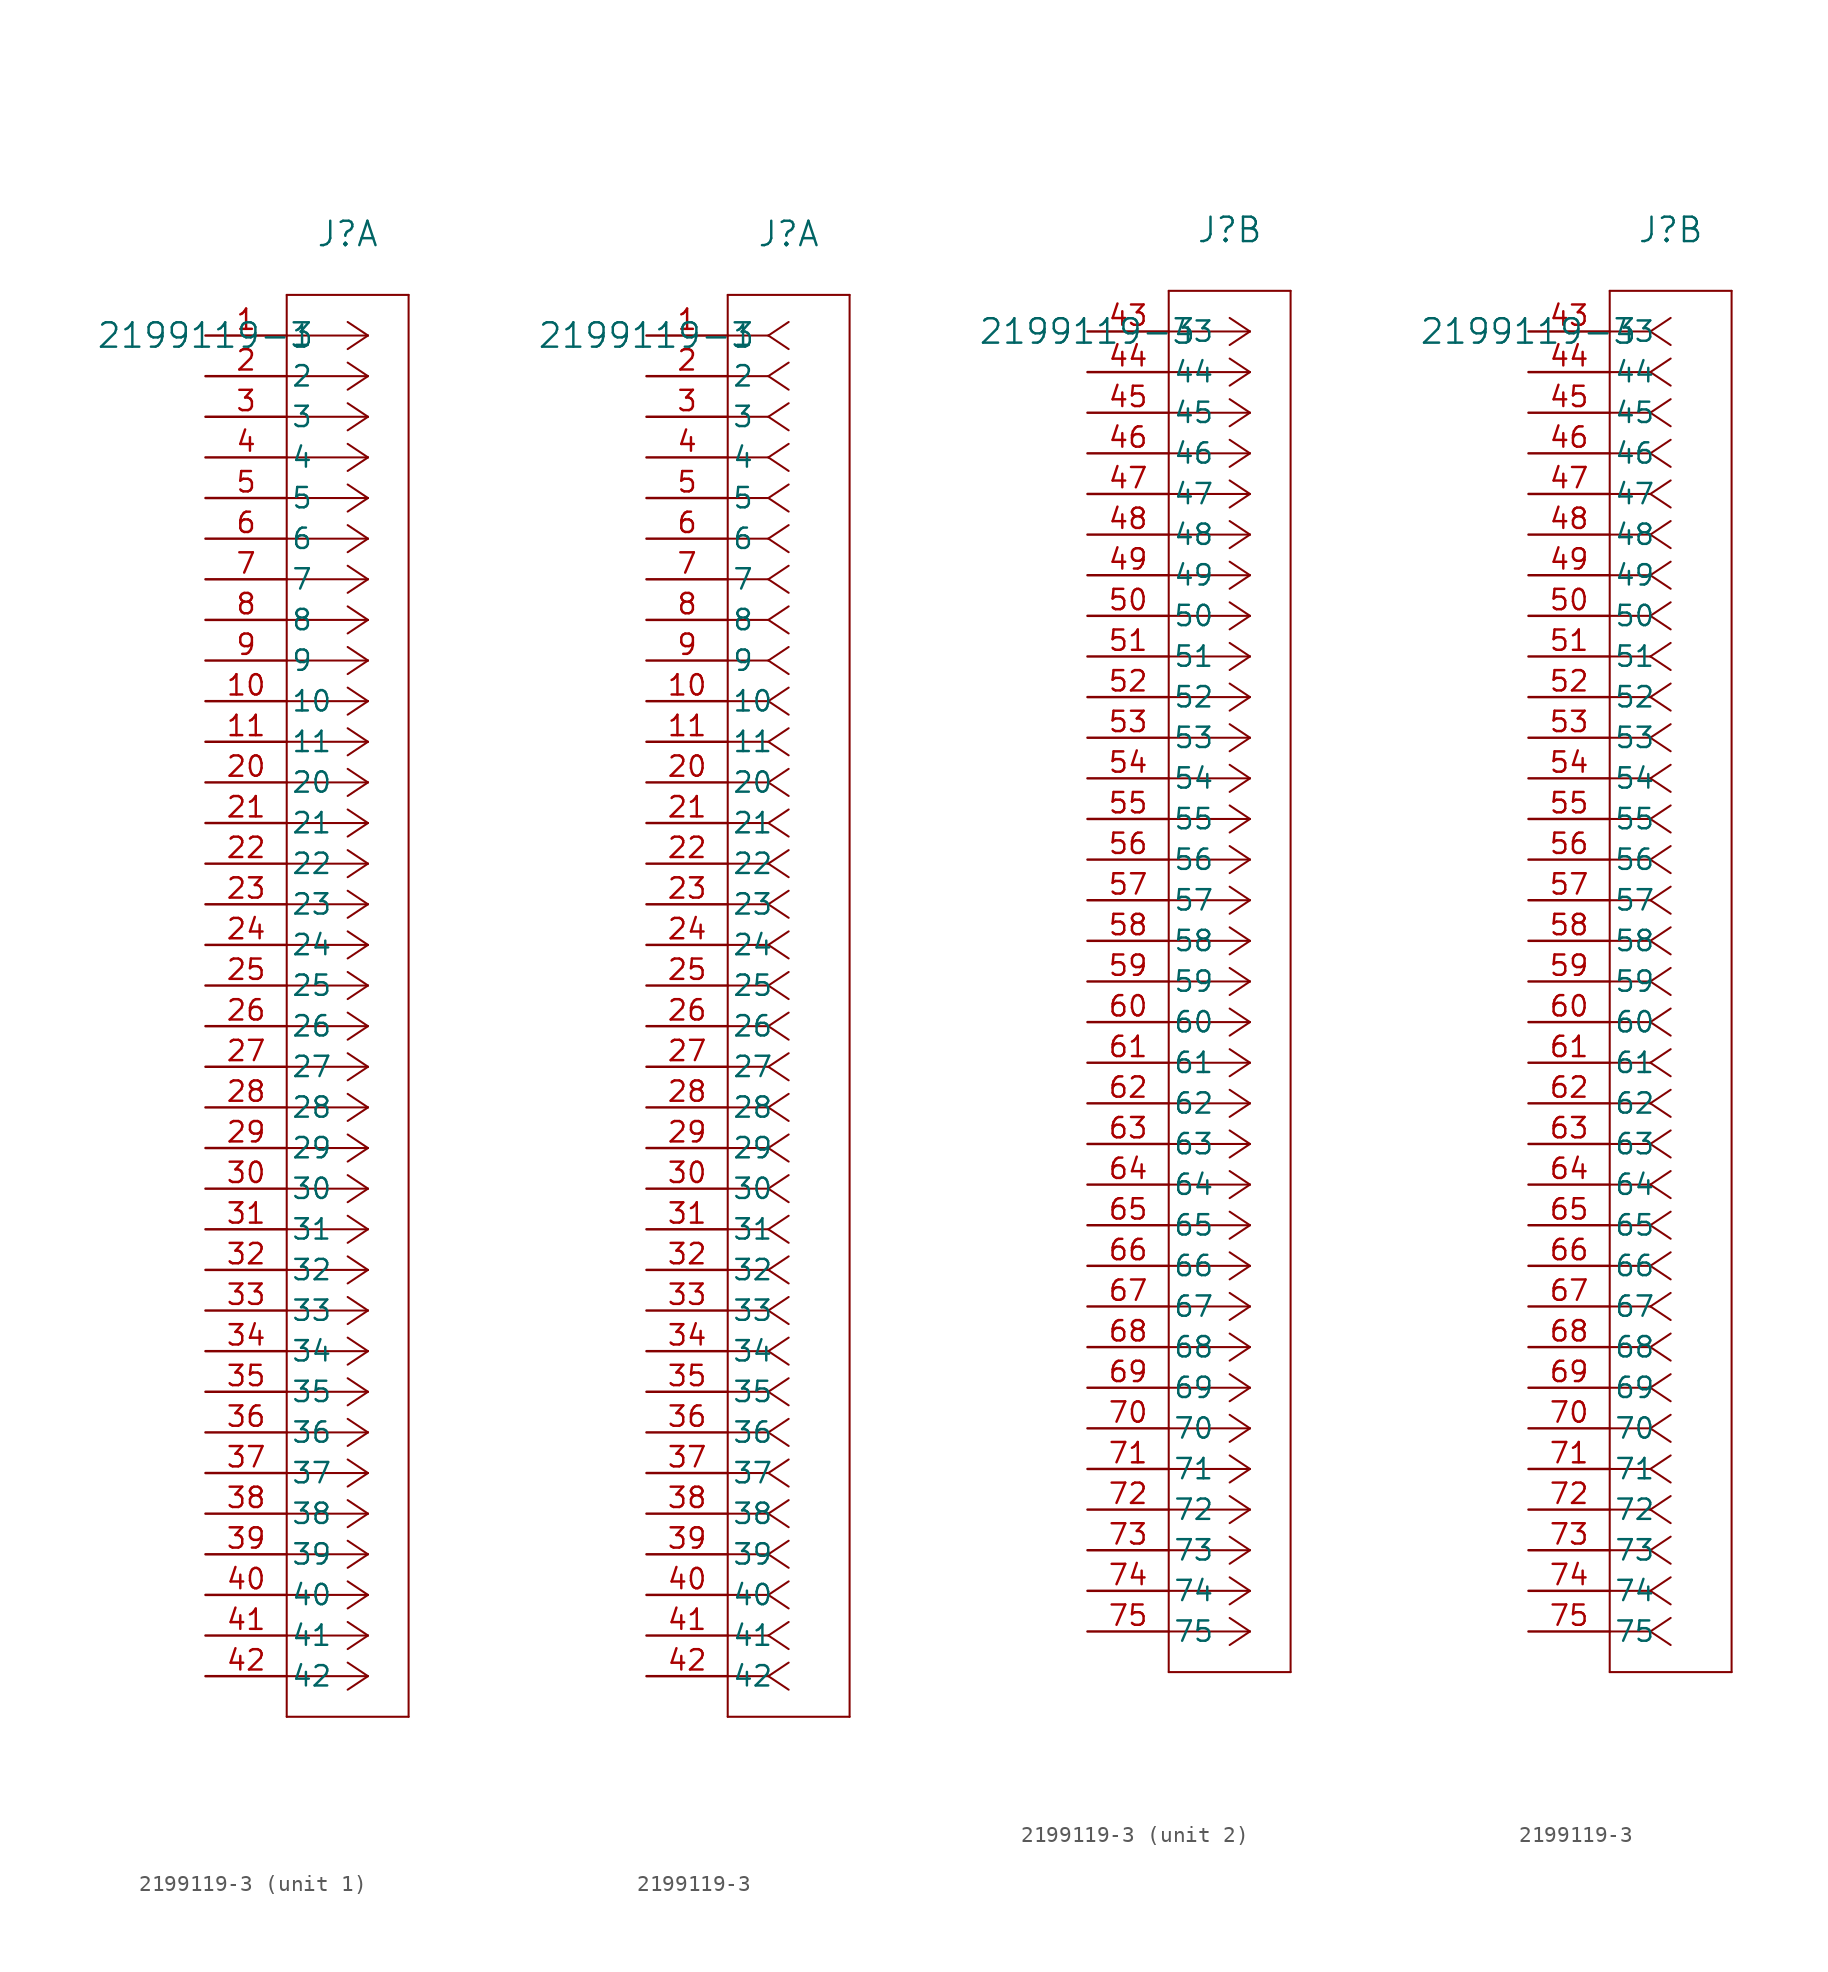
<source format=kicad_sym>
(kicad_symbol_lib
  (version 20211014)
  (generator kicad_symbol_editor)
  (symbol "2199119-3"
    (pin_names
      (offset 0.254))
    (property "Reference" "J"
      (at 8.89 6.35 0)
      (effects (font (size 1.524 1.524))))
    (property "Value" "2199119-3"
      (at 0 0 0)
      (effects (font (size 1.524 1.524))))
    (symbol "2199119-3_1_1"
      (polyline (pts (xy 10.16 0) (xy 5.08 0)) (stroke (width 0.127) (type default) (color 0 0 0 0)) (fill (type none)))
      (polyline (pts (xy 10.16 -2.54) (xy 5.08 -2.54)) (stroke (width 0.127) (type default) (color 0 0 0 0)) (fill (type none)))
      (polyline (pts (xy 10.16 -5.08) (xy 5.08 -5.08)) (stroke (width 0.127) (type default) (color 0 0 0 0)) (fill (type none)))
      (polyline (pts (xy 10.16 -7.62) (xy 5.08 -7.62)) (stroke (width 0.127) (type default) (color 0 0 0 0)) (fill (type none)))
      (polyline (pts (xy 10.16 -10.16) (xy 5.08 -10.16)) (stroke (width 0.127) (type default) (color 0 0 0 0)) (fill (type none)))
      (polyline (pts (xy 10.16 -12.7) (xy 5.08 -12.7)) (stroke (width 0.127) (type default) (color 0 0 0 0)) (fill (type none)))
      (polyline (pts (xy 10.16 -15.24) (xy 5.08 -15.24)) (stroke (width 0.127) (type default) (color 0 0 0 0)) (fill (type none)))
      (polyline (pts (xy 10.16 -17.78) (xy 5.08 -17.78)) (stroke (width 0.127) (type default) (color 0 0 0 0)) (fill (type none)))
      (polyline (pts (xy 10.16 -20.32) (xy 5.08 -20.32)) (stroke (width 0.127) (type default) (color 0 0 0 0)) (fill (type none)))
      (polyline (pts (xy 10.16 -22.86) (xy 5.08 -22.86)) (stroke (width 0.127) (type default) (color 0 0 0 0)) (fill (type none)))
      (polyline (pts (xy 10.16 -25.4) (xy 5.08 -25.4)) (stroke (width 0.127) (type default) (color 0 0 0 0)) (fill (type none)))
      (polyline (pts (xy 10.16 -27.94) (xy 5.08 -27.94)) (stroke (width 0.127) (type default) (color 0 0 0 0)) (fill (type none)))
      (polyline (pts (xy 10.16 -30.48) (xy 5.08 -30.48)) (stroke (width 0.127) (type default) (color 0 0 0 0)) (fill (type none)))
      (polyline (pts (xy 10.16 -33.02) (xy 5.08 -33.02)) (stroke (width 0.127) (type default) (color 0 0 0 0)) (fill (type none)))
      (polyline (pts (xy 10.16 -35.56) (xy 5.08 -35.56)) (stroke (width 0.127) (type default) (color 0 0 0 0)) (fill (type none)))
      (polyline (pts (xy 10.16 -38.1) (xy 5.08 -38.1)) (stroke (width 0.127) (type default) (color 0 0 0 0)) (fill (type none)))
      (polyline (pts (xy 10.16 -40.64) (xy 5.08 -40.64)) (stroke (width 0.127) (type default) (color 0 0 0 0)) (fill (type none)))
      (polyline (pts (xy 10.16 -43.18) (xy 5.08 -43.18)) (stroke (width 0.127) (type default) (color 0 0 0 0)) (fill (type none)))
      (polyline (pts (xy 10.16 -45.72) (xy 5.08 -45.72)) (stroke (width 0.127) (type default) (color 0 0 0 0)) (fill (type none)))
      (polyline (pts (xy 10.16 -48.26) (xy 5.08 -48.26)) (stroke (width 0.127) (type default) (color 0 0 0 0)) (fill (type none)))
      (polyline (pts (xy 10.16 -50.8) (xy 5.08 -50.8)) (stroke (width 0.127) (type default) (color 0 0 0 0)) (fill (type none)))
      (polyline (pts (xy 10.16 -53.34) (xy 5.08 -53.34)) (stroke (width 0.127) (type default) (color 0 0 0 0)) (fill (type none)))
      (polyline (pts (xy 10.16 -55.88) (xy 5.08 -55.88)) (stroke (width 0.127) (type default) (color 0 0 0 0)) (fill (type none)))
      (polyline (pts (xy 10.16 -58.42) (xy 5.08 -58.42)) (stroke (width 0.127) (type default) (color 0 0 0 0)) (fill (type none)))
      (polyline (pts (xy 10.16 -60.96) (xy 5.08 -60.96)) (stroke (width 0.127) (type default) (color 0 0 0 0)) (fill (type none)))
      (polyline (pts (xy 10.16 -63.5) (xy 5.08 -63.5)) (stroke (width 0.127) (type default) (color 0 0 0 0)) (fill (type none)))
      (polyline (pts (xy 10.16 -66.04) (xy 5.08 -66.04)) (stroke (width 0.127) (type default) (color 0 0 0 0)) (fill (type none)))
      (polyline (pts (xy 10.16 -68.58) (xy 5.08 -68.58)) (stroke (width 0.127) (type default) (color 0 0 0 0)) (fill (type none)))
      (polyline (pts (xy 10.16 -71.12) (xy 5.08 -71.12)) (stroke (width 0.127) (type default) (color 0 0 0 0)) (fill (type none)))
      (polyline (pts (xy 10.16 -73.66) (xy 5.08 -73.66)) (stroke (width 0.127) (type default) (color 0 0 0 0)) (fill (type none)))
      (polyline (pts (xy 10.16 -76.2) (xy 5.08 -76.2)) (stroke (width 0.127) (type default) (color 0 0 0 0)) (fill (type none)))
      (polyline (pts (xy 10.16 -78.74) (xy 5.08 -78.74)) (stroke (width 0.127) (type default) (color 0 0 0 0)) (fill (type none)))
      (polyline (pts (xy 10.16 -81.28) (xy 5.08 -81.28)) (stroke (width 0.127) (type default) (color 0 0 0 0)) (fill (type none)))
      (polyline (pts (xy 10.16 -83.82) (xy 5.08 -83.82)) (stroke (width 0.127) (type default) (color 0 0 0 0)) (fill (type none)))
      (polyline (pts (xy 10.16 0) (xy 8.89 0.847)) (stroke (width 0.127) (type default) (color 0 0 0 0)) (fill (type none)))
      (polyline (pts (xy 10.16 -2.54) (xy 8.89 -1.693)) (stroke (width 0.127) (type default) (color 0 0 0 0)) (fill (type none)))
      (polyline (pts (xy 10.16 -5.08) (xy 8.89 -4.233)) (stroke (width 0.127) (type default) (color 0 0 0 0)) (fill (type none)))
      (polyline (pts (xy 10.16 -7.62) (xy 8.89 -6.773)) (stroke (width 0.127) (type default) (color 0 0 0 0)) (fill (type none)))
      (polyline (pts (xy 10.16 -10.16) (xy 8.89 -9.313)) (stroke (width 0.127) (type default) (color 0 0 0 0)) (fill (type none)))
      (polyline (pts (xy 10.16 -12.7) (xy 8.89 -11.853)) (stroke (width 0.127) (type default) (color 0 0 0 0)) (fill (type none)))
      (polyline (pts (xy 10.16 -15.24) (xy 8.89 -14.393)) (stroke (width 0.127) (type default) (color 0 0 0 0)) (fill (type none)))
      (polyline (pts (xy 10.16 -17.78) (xy 8.89 -16.933)) (stroke (width 0.127) (type default) (color 0 0 0 0)) (fill (type none)))
      (polyline (pts (xy 10.16 -20.32) (xy 8.89 -19.473)) (stroke (width 0.127) (type default) (color 0 0 0 0)) (fill (type none)))
      (polyline (pts (xy 10.16 -22.86) (xy 8.89 -22.013)) (stroke (width 0.127) (type default) (color 0 0 0 0)) (fill (type none)))
      (polyline (pts (xy 10.16 -25.4) (xy 8.89 -24.553)) (stroke (width 0.127) (type default) (color 0 0 0 0)) (fill (type none)))
      (polyline (pts (xy 10.16 -27.94) (xy 8.89 -27.093)) (stroke (width 0.127) (type default) (color 0 0 0 0)) (fill (type none)))
      (polyline (pts (xy 10.16 -30.48) (xy 8.89 -29.633)) (stroke (width 0.127) (type default) (color 0 0 0 0)) (fill (type none)))
      (polyline (pts (xy 10.16 -33.02) (xy 8.89 -32.173)) (stroke (width 0.127) (type default) (color 0 0 0 0)) (fill (type none)))
      (polyline (pts (xy 10.16 -35.56) (xy 8.89 -34.713)) (stroke (width 0.127) (type default) (color 0 0 0 0)) (fill (type none)))
      (polyline (pts (xy 10.16 -38.1) (xy 8.89 -37.253)) (stroke (width 0.127) (type default) (color 0 0 0 0)) (fill (type none)))
      (polyline (pts (xy 10.16 -40.64) (xy 8.89 -39.793)) (stroke (width 0.127) (type default) (color 0 0 0 0)) (fill (type none)))
      (polyline (pts (xy 10.16 -43.18) (xy 8.89 -42.333)) (stroke (width 0.127) (type default) (color 0 0 0 0)) (fill (type none)))
      (polyline (pts (xy 10.16 -45.72) (xy 8.89 -44.873)) (stroke (width 0.127) (type default) (color 0 0 0 0)) (fill (type none)))
      (polyline (pts (xy 10.16 -48.26) (xy 8.89 -47.413)) (stroke (width 0.127) (type default) (color 0 0 0 0)) (fill (type none)))
      (polyline (pts (xy 10.16 -50.8) (xy 8.89 -49.953)) (stroke (width 0.127) (type default) (color 0 0 0 0)) (fill (type none)))
      (polyline (pts (xy 10.16 -53.34) (xy 8.89 -52.493)) (stroke (width 0.127) (type default) (color 0 0 0 0)) (fill (type none)))
      (polyline (pts (xy 10.16 -55.88) (xy 8.89 -55.033)) (stroke (width 0.127) (type default) (color 0 0 0 0)) (fill (type none)))
      (polyline (pts (xy 10.16 -58.42) (xy 8.89 -57.573)) (stroke (width 0.127) (type default) (color 0 0 0 0)) (fill (type none)))
      (polyline (pts (xy 10.16 -60.96) (xy 8.89 -60.113)) (stroke (width 0.127) (type default) (color 0 0 0 0)) (fill (type none)))
      (polyline (pts (xy 10.16 -63.5) (xy 8.89 -62.653)) (stroke (width 0.127) (type default) (color 0 0 0 0)) (fill (type none)))
      (polyline (pts (xy 10.16 -66.04) (xy 8.89 -65.193)) (stroke (width 0.127) (type default) (color 0 0 0 0)) (fill (type none)))
      (polyline (pts (xy 10.16 -68.58) (xy 8.89 -67.733)) (stroke (width 0.127) (type default) (color 0 0 0 0)) (fill (type none)))
      (polyline (pts (xy 10.16 -71.12) (xy 8.89 -70.273)) (stroke (width 0.127) (type default) (color 0 0 0 0)) (fill (type none)))
      (polyline (pts (xy 10.16 -73.66) (xy 8.89 -72.813)) (stroke (width 0.127) (type default) (color 0 0 0 0)) (fill (type none)))
      (polyline (pts (xy 10.16 -76.2) (xy 8.89 -75.353)) (stroke (width 0.127) (type default) (color 0 0 0 0)) (fill (type none)))
      (polyline (pts (xy 10.16 -78.74) (xy 8.89 -77.893)) (stroke (width 0.127) (type default) (color 0 0 0 0)) (fill (type none)))
      (polyline (pts (xy 10.16 -81.28) (xy 8.89 -80.433)) (stroke (width 0.127) (type default) (color 0 0 0 0)) (fill (type none)))
      (polyline (pts (xy 10.16 -83.82) (xy 8.89 -82.973)) (stroke (width 0.127) (type default) (color 0 0 0 0)) (fill (type none)))
      (polyline (pts (xy 10.16 0) (xy 8.89 -0.847)) (stroke (width 0.127) (type default) (color 0 0 0 0)) (fill (type none)))
      (polyline (pts (xy 10.16 -2.54) (xy 8.89 -3.387)) (stroke (width 0.127) (type default) (color 0 0 0 0)) (fill (type none)))
      (polyline (pts (xy 10.16 -5.08) (xy 8.89 -5.927)) (stroke (width 0.127) (type default) (color 0 0 0 0)) (fill (type none)))
      (polyline (pts (xy 10.16 -7.62) (xy 8.89 -8.467)) (stroke (width 0.127) (type default) (color 0 0 0 0)) (fill (type none)))
      (polyline (pts (xy 10.16 -10.16) (xy 8.89 -11.007)) (stroke (width 0.127) (type default) (color 0 0 0 0)) (fill (type none)))
      (polyline (pts (xy 10.16 -12.7) (xy 8.89 -13.547)) (stroke (width 0.127) (type default) (color 0 0 0 0)) (fill (type none)))
      (polyline (pts (xy 10.16 -15.24) (xy 8.89 -16.087)) (stroke (width 0.127) (type default) (color 0 0 0 0)) (fill (type none)))
      (polyline (pts (xy 10.16 -17.78) (xy 8.89 -18.627)) (stroke (width 0.127) (type default) (color 0 0 0 0)) (fill (type none)))
      (polyline (pts (xy 10.16 -20.32) (xy 8.89 -21.167)) (stroke (width 0.127) (type default) (color 0 0 0 0)) (fill (type none)))
      (polyline (pts (xy 10.16 -22.86) (xy 8.89 -23.707)) (stroke (width 0.127) (type default) (color 0 0 0 0)) (fill (type none)))
      (polyline (pts (xy 10.16 -25.4) (xy 8.89 -26.247)) (stroke (width 0.127) (type default) (color 0 0 0 0)) (fill (type none)))
      (polyline (pts (xy 10.16 -27.94) (xy 8.89 -28.787)) (stroke (width 0.127) (type default) (color 0 0 0 0)) (fill (type none)))
      (polyline (pts (xy 10.16 -30.48) (xy 8.89 -31.327)) (stroke (width 0.127) (type default) (color 0 0 0 0)) (fill (type none)))
      (polyline (pts (xy 10.16 -33.02) (xy 8.89 -33.867)) (stroke (width 0.127) (type default) (color 0 0 0 0)) (fill (type none)))
      (polyline (pts (xy 10.16 -35.56) (xy 8.89 -36.407)) (stroke (width 0.127) (type default) (color 0 0 0 0)) (fill (type none)))
      (polyline (pts (xy 10.16 -38.1) (xy 8.89 -38.947)) (stroke (width 0.127) (type default) (color 0 0 0 0)) (fill (type none)))
      (polyline (pts (xy 10.16 -40.64) (xy 8.89 -41.487)) (stroke (width 0.127) (type default) (color 0 0 0 0)) (fill (type none)))
      (polyline (pts (xy 10.16 -43.18) (xy 8.89 -44.027)) (stroke (width 0.127) (type default) (color 0 0 0 0)) (fill (type none)))
      (polyline (pts (xy 10.16 -45.72) (xy 8.89 -46.567)) (stroke (width 0.127) (type default) (color 0 0 0 0)) (fill (type none)))
      (polyline (pts (xy 10.16 -48.26) (xy 8.89 -49.107)) (stroke (width 0.127) (type default) (color 0 0 0 0)) (fill (type none)))
      (polyline (pts (xy 10.16 -50.8) (xy 8.89 -51.647)) (stroke (width 0.127) (type default) (color 0 0 0 0)) (fill (type none)))
      (polyline (pts (xy 10.16 -53.34) (xy 8.89 -54.187)) (stroke (width 0.127) (type default) (color 0 0 0 0)) (fill (type none)))
      (polyline (pts (xy 10.16 -55.88) (xy 8.89 -56.727)) (stroke (width 0.127) (type default) (color 0 0 0 0)) (fill (type none)))
      (polyline (pts (xy 10.16 -58.42) (xy 8.89 -59.267)) (stroke (width 0.127) (type default) (color 0 0 0 0)) (fill (type none)))
      (polyline (pts (xy 10.16 -60.96) (xy 8.89 -61.807)) (stroke (width 0.127) (type default) (color 0 0 0 0)) (fill (type none)))
      (polyline (pts (xy 10.16 -63.5) (xy 8.89 -64.347)) (stroke (width 0.127) (type default) (color 0 0 0 0)) (fill (type none)))
      (polyline (pts (xy 10.16 -66.04) (xy 8.89 -66.887)) (stroke (width 0.127) (type default) (color 0 0 0 0)) (fill (type none)))
      (polyline (pts (xy 10.16 -68.58) (xy 8.89 -69.427)) (stroke (width 0.127) (type default) (color 0 0 0 0)) (fill (type none)))
      (polyline (pts (xy 10.16 -71.12) (xy 8.89 -71.967)) (stroke (width 0.127) (type default) (color 0 0 0 0)) (fill (type none)))
      (polyline (pts (xy 10.16 -73.66) (xy 8.89 -74.507)) (stroke (width 0.127) (type default) (color 0 0 0 0)) (fill (type none)))
      (polyline (pts (xy 10.16 -76.2) (xy 8.89 -77.047)) (stroke (width 0.127) (type default) (color 0 0 0 0)) (fill (type none)))
      (polyline (pts (xy 10.16 -78.74) (xy 8.89 -79.587)) (stroke (width 0.127) (type default) (color 0 0 0 0)) (fill (type none)))
      (polyline (pts (xy 10.16 -81.28) (xy 8.89 -82.127)) (stroke (width 0.127) (type default) (color 0 0 0 0)) (fill (type none)))
      (polyline (pts (xy 10.16 -83.82) (xy 8.89 -84.667)) (stroke (width 0.127) (type default) (color 0 0 0 0)) (fill (type none)))
      (polyline (pts (xy 5.08 2.54) (xy 5.08 -86.36)) (stroke (width 0.127) (type default) (color 0 0 0 0)) (fill (type none)))
      (polyline (pts (xy 5.08 -86.36) (xy 12.7 -86.36)) (stroke (width 0.127) (type default) (color 0 0 0 0)) (fill (type none)))
      (polyline (pts (xy 12.7 -86.36) (xy 12.7 2.54)) (stroke (width 0.127) (type default) (color 0 0 0 0)) (fill (type none)))
      (polyline (pts (xy 12.7 2.54) (xy 5.08 2.54)) (stroke (width 0.127) (type default) (color 0 0 0 0)) (fill (type none)))
      (pin unspecified line (at 0 0 0) (length 5.08) (name "1" (effects (font (size 1.27 1.27)))) (number "1" (effects (font (size 1.27 1.27)))))
      (pin unspecified line (at 0 -2.54 0) (length 5.08) (name "2" (effects (font (size 1.27 1.27)))) (number "2" (effects (font (size 1.27 1.27)))))
      (pin unspecified line (at 0 -5.08 0) (length 5.08) (name "3" (effects (font (size 1.27 1.27)))) (number "3" (effects (font (size 1.27 1.27)))))
      (pin unspecified line (at 0 -7.62 0) (length 5.08) (name "4" (effects (font (size 1.27 1.27)))) (number "4" (effects (font (size 1.27 1.27)))))
      (pin unspecified line (at 0 -10.16 0) (length 5.08) (name "5" (effects (font (size 1.27 1.27)))) (number "5" (effects (font (size 1.27 1.27)))))
      (pin unspecified line (at 0 -12.7 0) (length 5.08) (name "6" (effects (font (size 1.27 1.27)))) (number "6" (effects (font (size 1.27 1.27)))))
      (pin unspecified line (at 0 -15.24 0) (length 5.08) (name "7" (effects (font (size 1.27 1.27)))) (number "7" (effects (font (size 1.27 1.27)))))
      (pin unspecified line (at 0 -17.78 0) (length 5.08) (name "8" (effects (font (size 1.27 1.27)))) (number "8" (effects (font (size 1.27 1.27)))))
      (pin unspecified line (at 0 -20.32 0) (length 5.08) (name "9" (effects (font (size 1.27 1.27)))) (number "9" (effects (font (size 1.27 1.27)))))
      (pin unspecified line (at 0 -22.86 0) (length 5.08) (name "10" (effects (font (size 1.27 1.27)))) (number "10" (effects (font (size 1.27 1.27)))))
      (pin unspecified line (at 0 -25.4 0) (length 5.08) (name "11" (effects (font (size 1.27 1.27)))) (number "11" (effects (font (size 1.27 1.27)))))
      (pin unspecified line (at 0 -27.94 0) (length 5.08) (name "20" (effects (font (size 1.27 1.27)))) (number "20" (effects (font (size 1.27 1.27)))))
      (pin unspecified line (at 0 -30.48 0) (length 5.08) (name "21" (effects (font (size 1.27 1.27)))) (number "21" (effects (font (size 1.27 1.27)))))
      (pin unspecified line (at 0 -33.02 0) (length 5.08) (name "22" (effects (font (size 1.27 1.27)))) (number "22" (effects (font (size 1.27 1.27)))))
      (pin unspecified line (at 0 -35.56 0) (length 5.08) (name "23" (effects (font (size 1.27 1.27)))) (number "23" (effects (font (size 1.27 1.27)))))
      (pin unspecified line (at 0 -38.1 0) (length 5.08) (name "24" (effects (font (size 1.27 1.27)))) (number "24" (effects (font (size 1.27 1.27)))))
      (pin unspecified line (at 0 -40.64 0) (length 5.08) (name "25" (effects (font (size 1.27 1.27)))) (number "25" (effects (font (size 1.27 1.27)))))
      (pin unspecified line (at 0 -43.18 0) (length 5.08) (name "26" (effects (font (size 1.27 1.27)))) (number "26" (effects (font (size 1.27 1.27)))))
      (pin unspecified line (at 0 -45.72 0) (length 5.08) (name "27" (effects (font (size 1.27 1.27)))) (number "27" (effects (font (size 1.27 1.27)))))
      (pin unspecified line (at 0 -48.26 0) (length 5.08) (name "28" (effects (font (size 1.27 1.27)))) (number "28" (effects (font (size 1.27 1.27)))))
      (pin unspecified line (at 0 -50.8 0) (length 5.08) (name "29" (effects (font (size 1.27 1.27)))) (number "29" (effects (font (size 1.27 1.27)))))
      (pin unspecified line (at 0 -53.34 0) (length 5.08) (name "30" (effects (font (size 1.27 1.27)))) (number "30" (effects (font (size 1.27 1.27)))))
      (pin unspecified line (at 0 -55.88 0) (length 5.08) (name "31" (effects (font (size 1.27 1.27)))) (number "31" (effects (font (size 1.27 1.27)))))
      (pin unspecified line (at 0 -58.42 0) (length 5.08) (name "32" (effects (font (size 1.27 1.27)))) (number "32" (effects (font (size 1.27 1.27)))))
      (pin unspecified line (at 0 -60.96 0) (length 5.08) (name "33" (effects (font (size 1.27 1.27)))) (number "33" (effects (font (size 1.27 1.27)))))
      (pin unspecified line (at 0 -63.5 0) (length 5.08) (name "34" (effects (font (size 1.27 1.27)))) (number "34" (effects (font (size 1.27 1.27)))))
      (pin unspecified line (at 0 -66.04 0) (length 5.08) (name "35" (effects (font (size 1.27 1.27)))) (number "35" (effects (font (size 1.27 1.27)))))
      (pin unspecified line (at 0 -68.58 0) (length 5.08) (name "36" (effects (font (size 1.27 1.27)))) (number "36" (effects (font (size 1.27 1.27)))))
      (pin unspecified line (at 0 -71.12 0) (length 5.08) (name "37" (effects (font (size 1.27 1.27)))) (number "37" (effects (font (size 1.27 1.27)))))
      (pin unspecified line (at 0 -73.66 0) (length 5.08) (name "38" (effects (font (size 1.27 1.27)))) (number "38" (effects (font (size 1.27 1.27)))))
      (pin unspecified line (at 0 -76.2 0) (length 5.08) (name "39" (effects (font (size 1.27 1.27)))) (number "39" (effects (font (size 1.27 1.27)))))
      (pin unspecified line (at 0 -78.74 0) (length 5.08) (name "40" (effects (font (size 1.27 1.27)))) (number "40" (effects (font (size 1.27 1.27)))))
      (pin unspecified line (at 0 -81.28 0) (length 5.08) (name "41" (effects (font (size 1.27 1.27)))) (number "41" (effects (font (size 1.27 1.27)))))
      (pin unspecified line (at 0 -83.82 0) (length 5.08) (name "42" (effects (font (size 1.27 1.27)))) (number "42" (effects (font (size 1.27 1.27))))))
    (symbol "2199119-3_1_2"
      (polyline (pts (xy 7.62 0) (xy 5.08 0)) (stroke (width 0.127) (type default) (color 0 0 0 0)) (fill (type none)))
      (polyline (pts (xy 7.62 -2.54) (xy 5.08 -2.54)) (stroke (width 0.127) (type default) (color 0 0 0 0)) (fill (type none)))
      (polyline (pts (xy 7.62 -5.08) (xy 5.08 -5.08)) (stroke (width 0.127) (type default) (color 0 0 0 0)) (fill (type none)))
      (polyline (pts (xy 7.62 -7.62) (xy 5.08 -7.62)) (stroke (width 0.127) (type default) (color 0 0 0 0)) (fill (type none)))
      (polyline (pts (xy 7.62 -10.16) (xy 5.08 -10.16)) (stroke (width 0.127) (type default) (color 0 0 0 0)) (fill (type none)))
      (polyline (pts (xy 7.62 -12.7) (xy 5.08 -12.7)) (stroke (width 0.127) (type default) (color 0 0 0 0)) (fill (type none)))
      (polyline (pts (xy 7.62 -15.24) (xy 5.08 -15.24)) (stroke (width 0.127) (type default) (color 0 0 0 0)) (fill (type none)))
      (polyline (pts (xy 7.62 -17.78) (xy 5.08 -17.78)) (stroke (width 0.127) (type default) (color 0 0 0 0)) (fill (type none)))
      (polyline (pts (xy 7.62 -20.32) (xy 5.08 -20.32)) (stroke (width 0.127) (type default) (color 0 0 0 0)) (fill (type none)))
      (polyline (pts (xy 7.62 -22.86) (xy 5.08 -22.86)) (stroke (width 0.127) (type default) (color 0 0 0 0)) (fill (type none)))
      (polyline (pts (xy 7.62 -25.4) (xy 5.08 -25.4)) (stroke (width 0.127) (type default) (color 0 0 0 0)) (fill (type none)))
      (polyline (pts (xy 7.62 -27.94) (xy 5.08 -27.94)) (stroke (width 0.127) (type default) (color 0 0 0 0)) (fill (type none)))
      (polyline (pts (xy 7.62 -30.48) (xy 5.08 -30.48)) (stroke (width 0.127) (type default) (color 0 0 0 0)) (fill (type none)))
      (polyline (pts (xy 7.62 -33.02) (xy 5.08 -33.02)) (stroke (width 0.127) (type default) (color 0 0 0 0)) (fill (type none)))
      (polyline (pts (xy 7.62 -35.56) (xy 5.08 -35.56)) (stroke (width 0.127) (type default) (color 0 0 0 0)) (fill (type none)))
      (polyline (pts (xy 7.62 -38.1) (xy 5.08 -38.1)) (stroke (width 0.127) (type default) (color 0 0 0 0)) (fill (type none)))
      (polyline (pts (xy 7.62 -40.64) (xy 5.08 -40.64)) (stroke (width 0.127) (type default) (color 0 0 0 0)) (fill (type none)))
      (polyline (pts (xy 7.62 -43.18) (xy 5.08 -43.18)) (stroke (width 0.127) (type default) (color 0 0 0 0)) (fill (type none)))
      (polyline (pts (xy 7.62 -45.72) (xy 5.08 -45.72)) (stroke (width 0.127) (type default) (color 0 0 0 0)) (fill (type none)))
      (polyline (pts (xy 7.62 -48.26) (xy 5.08 -48.26)) (stroke (width 0.127) (type default) (color 0 0 0 0)) (fill (type none)))
      (polyline (pts (xy 7.62 -50.8) (xy 5.08 -50.8)) (stroke (width 0.127) (type default) (color 0 0 0 0)) (fill (type none)))
      (polyline (pts (xy 7.62 -53.34) (xy 5.08 -53.34)) (stroke (width 0.127) (type default) (color 0 0 0 0)) (fill (type none)))
      (polyline (pts (xy 7.62 -55.88) (xy 5.08 -55.88)) (stroke (width 0.127) (type default) (color 0 0 0 0)) (fill (type none)))
      (polyline (pts (xy 7.62 -58.42) (xy 5.08 -58.42)) (stroke (width 0.127) (type default) (color 0 0 0 0)) (fill (type none)))
      (polyline (pts (xy 7.62 -60.96) (xy 5.08 -60.96)) (stroke (width 0.127) (type default) (color 0 0 0 0)) (fill (type none)))
      (polyline (pts (xy 7.62 -63.5) (xy 5.08 -63.5)) (stroke (width 0.127) (type default) (color 0 0 0 0)) (fill (type none)))
      (polyline (pts (xy 7.62 -66.04) (xy 5.08 -66.04)) (stroke (width 0.127) (type default) (color 0 0 0 0)) (fill (type none)))
      (polyline (pts (xy 7.62 -68.58) (xy 5.08 -68.58)) (stroke (width 0.127) (type default) (color 0 0 0 0)) (fill (type none)))
      (polyline (pts (xy 7.62 -71.12) (xy 5.08 -71.12)) (stroke (width 0.127) (type default) (color 0 0 0 0)) (fill (type none)))
      (polyline (pts (xy 7.62 -73.66) (xy 5.08 -73.66)) (stroke (width 0.127) (type default) (color 0 0 0 0)) (fill (type none)))
      (polyline (pts (xy 7.62 -76.2) (xy 5.08 -76.2)) (stroke (width 0.127) (type default) (color 0 0 0 0)) (fill (type none)))
      (polyline (pts (xy 7.62 -78.74) (xy 5.08 -78.74)) (stroke (width 0.127) (type default) (color 0 0 0 0)) (fill (type none)))
      (polyline (pts (xy 7.62 -81.28) (xy 5.08 -81.28)) (stroke (width 0.127) (type default) (color 0 0 0 0)) (fill (type none)))
      (polyline (pts (xy 7.62 -83.82) (xy 5.08 -83.82)) (stroke (width 0.127) (type default) (color 0 0 0 0)) (fill (type none)))
      (polyline (pts (xy 7.62 0) (xy 8.89 0.847)) (stroke (width 0.127) (type default) (color 0 0 0 0)) (fill (type none)))
      (polyline (pts (xy 7.62 -2.54) (xy 8.89 -1.693)) (stroke (width 0.127) (type default) (color 0 0 0 0)) (fill (type none)))
      (polyline (pts (xy 7.62 -5.08) (xy 8.89 -4.233)) (stroke (width 0.127) (type default) (color 0 0 0 0)) (fill (type none)))
      (polyline (pts (xy 7.62 -7.62) (xy 8.89 -6.773)) (stroke (width 0.127) (type default) (color 0 0 0 0)) (fill (type none)))
      (polyline (pts (xy 7.62 -10.16) (xy 8.89 -9.313)) (stroke (width 0.127) (type default) (color 0 0 0 0)) (fill (type none)))
      (polyline (pts (xy 7.62 -12.7) (xy 8.89 -11.853)) (stroke (width 0.127) (type default) (color 0 0 0 0)) (fill (type none)))
      (polyline (pts (xy 7.62 -15.24) (xy 8.89 -14.393)) (stroke (width 0.127) (type default) (color 0 0 0 0)) (fill (type none)))
      (polyline (pts (xy 7.62 -17.78) (xy 8.89 -16.933)) (stroke (width 0.127) (type default) (color 0 0 0 0)) (fill (type none)))
      (polyline (pts (xy 7.62 -20.32) (xy 8.89 -19.473)) (stroke (width 0.127) (type default) (color 0 0 0 0)) (fill (type none)))
      (polyline (pts (xy 7.62 -22.86) (xy 8.89 -22.013)) (stroke (width 0.127) (type default) (color 0 0 0 0)) (fill (type none)))
      (polyline (pts (xy 7.62 -25.4) (xy 8.89 -24.553)) (stroke (width 0.127) (type default) (color 0 0 0 0)) (fill (type none)))
      (polyline (pts (xy 7.62 -27.94) (xy 8.89 -27.093)) (stroke (width 0.127) (type default) (color 0 0 0 0)) (fill (type none)))
      (polyline (pts (xy 7.62 -30.48) (xy 8.89 -29.633)) (stroke (width 0.127) (type default) (color 0 0 0 0)) (fill (type none)))
      (polyline (pts (xy 7.62 -33.02) (xy 8.89 -32.173)) (stroke (width 0.127) (type default) (color 0 0 0 0)) (fill (type none)))
      (polyline (pts (xy 7.62 -35.56) (xy 8.89 -34.713)) (stroke (width 0.127) (type default) (color 0 0 0 0)) (fill (type none)))
      (polyline (pts (xy 7.62 -38.1) (xy 8.89 -37.253)) (stroke (width 0.127) (type default) (color 0 0 0 0)) (fill (type none)))
      (polyline (pts (xy 7.62 -40.64) (xy 8.89 -39.793)) (stroke (width 0.127) (type default) (color 0 0 0 0)) (fill (type none)))
      (polyline (pts (xy 7.62 -43.18) (xy 8.89 -42.333)) (stroke (width 0.127) (type default) (color 0 0 0 0)) (fill (type none)))
      (polyline (pts (xy 7.62 -45.72) (xy 8.89 -44.873)) (stroke (width 0.127) (type default) (color 0 0 0 0)) (fill (type none)))
      (polyline (pts (xy 7.62 -48.26) (xy 8.89 -47.413)) (stroke (width 0.127) (type default) (color 0 0 0 0)) (fill (type none)))
      (polyline (pts (xy 7.62 -50.8) (xy 8.89 -49.953)) (stroke (width 0.127) (type default) (color 0 0 0 0)) (fill (type none)))
      (polyline (pts (xy 7.62 -53.34) (xy 8.89 -52.493)) (stroke (width 0.127) (type default) (color 0 0 0 0)) (fill (type none)))
      (polyline (pts (xy 7.62 -55.88) (xy 8.89 -55.033)) (stroke (width 0.127) (type default) (color 0 0 0 0)) (fill (type none)))
      (polyline (pts (xy 7.62 -58.42) (xy 8.89 -57.573)) (stroke (width 0.127) (type default) (color 0 0 0 0)) (fill (type none)))
      (polyline (pts (xy 7.62 -60.96) (xy 8.89 -60.113)) (stroke (width 0.127) (type default) (color 0 0 0 0)) (fill (type none)))
      (polyline (pts (xy 7.62 -63.5) (xy 8.89 -62.653)) (stroke (width 0.127) (type default) (color 0 0 0 0)) (fill (type none)))
      (polyline (pts (xy 7.62 -66.04) (xy 8.89 -65.193)) (stroke (width 0.127) (type default) (color 0 0 0 0)) (fill (type none)))
      (polyline (pts (xy 7.62 -68.58) (xy 8.89 -67.733)) (stroke (width 0.127) (type default) (color 0 0 0 0)) (fill (type none)))
      (polyline (pts (xy 7.62 -71.12) (xy 8.89 -70.273)) (stroke (width 0.127) (type default) (color 0 0 0 0)) (fill (type none)))
      (polyline (pts (xy 7.62 -73.66) (xy 8.89 -72.813)) (stroke (width 0.127) (type default) (color 0 0 0 0)) (fill (type none)))
      (polyline (pts (xy 7.62 -76.2) (xy 8.89 -75.353)) (stroke (width 0.127) (type default) (color 0 0 0 0)) (fill (type none)))
      (polyline (pts (xy 7.62 -78.74) (xy 8.89 -77.893)) (stroke (width 0.127) (type default) (color 0 0 0 0)) (fill (type none)))
      (polyline (pts (xy 7.62 -81.28) (xy 8.89 -80.433)) (stroke (width 0.127) (type default) (color 0 0 0 0)) (fill (type none)))
      (polyline (pts (xy 7.62 -83.82) (xy 8.89 -82.973)) (stroke (width 0.127) (type default) (color 0 0 0 0)) (fill (type none)))
      (polyline (pts (xy 7.62 0) (xy 8.89 -0.847)) (stroke (width 0.127) (type default) (color 0 0 0 0)) (fill (type none)))
      (polyline (pts (xy 7.62 -2.54) (xy 8.89 -3.387)) (stroke (width 0.127) (type default) (color 0 0 0 0)) (fill (type none)))
      (polyline (pts (xy 7.62 -5.08) (xy 8.89 -5.927)) (stroke (width 0.127) (type default) (color 0 0 0 0)) (fill (type none)))
      (polyline (pts (xy 7.62 -7.62) (xy 8.89 -8.467)) (stroke (width 0.127) (type default) (color 0 0 0 0)) (fill (type none)))
      (polyline (pts (xy 7.62 -10.16) (xy 8.89 -11.007)) (stroke (width 0.127) (type default) (color 0 0 0 0)) (fill (type none)))
      (polyline (pts (xy 7.62 -12.7) (xy 8.89 -13.547)) (stroke (width 0.127) (type default) (color 0 0 0 0)) (fill (type none)))
      (polyline (pts (xy 7.62 -15.24) (xy 8.89 -16.087)) (stroke (width 0.127) (type default) (color 0 0 0 0)) (fill (type none)))
      (polyline (pts (xy 7.62 -17.78) (xy 8.89 -18.627)) (stroke (width 0.127) (type default) (color 0 0 0 0)) (fill (type none)))
      (polyline (pts (xy 7.62 -20.32) (xy 8.89 -21.167)) (stroke (width 0.127) (type default) (color 0 0 0 0)) (fill (type none)))
      (polyline (pts (xy 7.62 -22.86) (xy 8.89 -23.707)) (stroke (width 0.127) (type default) (color 0 0 0 0)) (fill (type none)))
      (polyline (pts (xy 7.62 -25.4) (xy 8.89 -26.247)) (stroke (width 0.127) (type default) (color 0 0 0 0)) (fill (type none)))
      (polyline (pts (xy 7.62 -27.94) (xy 8.89 -28.787)) (stroke (width 0.127) (type default) (color 0 0 0 0)) (fill (type none)))
      (polyline (pts (xy 7.62 -30.48) (xy 8.89 -31.327)) (stroke (width 0.127) (type default) (color 0 0 0 0)) (fill (type none)))
      (polyline (pts (xy 7.62 -33.02) (xy 8.89 -33.867)) (stroke (width 0.127) (type default) (color 0 0 0 0)) (fill (type none)))
      (polyline (pts (xy 7.62 -35.56) (xy 8.89 -36.407)) (stroke (width 0.127) (type default) (color 0 0 0 0)) (fill (type none)))
      (polyline (pts (xy 7.62 -38.1) (xy 8.89 -38.947)) (stroke (width 0.127) (type default) (color 0 0 0 0)) (fill (type none)))
      (polyline (pts (xy 7.62 -40.64) (xy 8.89 -41.487)) (stroke (width 0.127) (type default) (color 0 0 0 0)) (fill (type none)))
      (polyline (pts (xy 7.62 -43.18) (xy 8.89 -44.027)) (stroke (width 0.127) (type default) (color 0 0 0 0)) (fill (type none)))
      (polyline (pts (xy 7.62 -45.72) (xy 8.89 -46.567)) (stroke (width 0.127) (type default) (color 0 0 0 0)) (fill (type none)))
      (polyline (pts (xy 7.62 -48.26) (xy 8.89 -49.107)) (stroke (width 0.127) (type default) (color 0 0 0 0)) (fill (type none)))
      (polyline (pts (xy 7.62 -50.8) (xy 8.89 -51.647)) (stroke (width 0.127) (type default) (color 0 0 0 0)) (fill (type none)))
      (polyline (pts (xy 7.62 -53.34) (xy 8.89 -54.187)) (stroke (width 0.127) (type default) (color 0 0 0 0)) (fill (type none)))
      (polyline (pts (xy 7.62 -55.88) (xy 8.89 -56.727)) (stroke (width 0.127) (type default) (color 0 0 0 0)) (fill (type none)))
      (polyline (pts (xy 7.62 -58.42) (xy 8.89 -59.267)) (stroke (width 0.127) (type default) (color 0 0 0 0)) (fill (type none)))
      (polyline (pts (xy 7.62 -60.96) (xy 8.89 -61.807)) (stroke (width 0.127) (type default) (color 0 0 0 0)) (fill (type none)))
      (polyline (pts (xy 7.62 -63.5) (xy 8.89 -64.347)) (stroke (width 0.127) (type default) (color 0 0 0 0)) (fill (type none)))
      (polyline (pts (xy 7.62 -66.04) (xy 8.89 -66.887)) (stroke (width 0.127) (type default) (color 0 0 0 0)) (fill (type none)))
      (polyline (pts (xy 7.62 -68.58) (xy 8.89 -69.427)) (stroke (width 0.127) (type default) (color 0 0 0 0)) (fill (type none)))
      (polyline (pts (xy 7.62 -71.12) (xy 8.89 -71.967)) (stroke (width 0.127) (type default) (color 0 0 0 0)) (fill (type none)))
      (polyline (pts (xy 7.62 -73.66) (xy 8.89 -74.507)) (stroke (width 0.127) (type default) (color 0 0 0 0)) (fill (type none)))
      (polyline (pts (xy 7.62 -76.2) (xy 8.89 -77.047)) (stroke (width 0.127) (type default) (color 0 0 0 0)) (fill (type none)))
      (polyline (pts (xy 7.62 -78.74) (xy 8.89 -79.587)) (stroke (width 0.127) (type default) (color 0 0 0 0)) (fill (type none)))
      (polyline (pts (xy 7.62 -81.28) (xy 8.89 -82.127)) (stroke (width 0.127) (type default) (color 0 0 0 0)) (fill (type none)))
      (polyline (pts (xy 7.62 -83.82) (xy 8.89 -84.667)) (stroke (width 0.127) (type default) (color 0 0 0 0)) (fill (type none)))
      (polyline (pts (xy 5.08 2.54) (xy 5.08 -86.36)) (stroke (width 0.127) (type default) (color 0 0 0 0)) (fill (type none)))
      (polyline (pts (xy 5.08 -86.36) (xy 12.7 -86.36)) (stroke (width 0.127) (type default) (color 0 0 0 0)) (fill (type none)))
      (polyline (pts (xy 12.7 -86.36) (xy 12.7 2.54)) (stroke (width 0.127) (type default) (color 0 0 0 0)) (fill (type none)))
      (polyline (pts (xy 12.7 2.54) (xy 5.08 2.54)) (stroke (width 0.127) (type default) (color 0 0 0 0)) (fill (type none)))
      (pin unspecified line (at 0 0 0) (length 5.08) (name "1" (effects (font (size 1.27 1.27)))) (number "1" (effects (font (size 1.27 1.27)))))
      (pin unspecified line (at 0 -2.54 0) (length 5.08) (name "2" (effects (font (size 1.27 1.27)))) (number "2" (effects (font (size 1.27 1.27)))))
      (pin unspecified line (at 0 -5.08 0) (length 5.08) (name "3" (effects (font (size 1.27 1.27)))) (number "3" (effects (font (size 1.27 1.27)))))
      (pin unspecified line (at 0 -7.62 0) (length 5.08) (name "4" (effects (font (size 1.27 1.27)))) (number "4" (effects (font (size 1.27 1.27)))))
      (pin unspecified line (at 0 -10.16 0) (length 5.08) (name "5" (effects (font (size 1.27 1.27)))) (number "5" (effects (font (size 1.27 1.27)))))
      (pin unspecified line (at 0 -12.7 0) (length 5.08) (name "6" (effects (font (size 1.27 1.27)))) (number "6" (effects (font (size 1.27 1.27)))))
      (pin unspecified line (at 0 -15.24 0) (length 5.08) (name "7" (effects (font (size 1.27 1.27)))) (number "7" (effects (font (size 1.27 1.27)))))
      (pin unspecified line (at 0 -17.78 0) (length 5.08) (name "8" (effects (font (size 1.27 1.27)))) (number "8" (effects (font (size 1.27 1.27)))))
      (pin unspecified line (at 0 -20.32 0) (length 5.08) (name "9" (effects (font (size 1.27 1.27)))) (number "9" (effects (font (size 1.27 1.27)))))
      (pin unspecified line (at 0 -22.86 0) (length 5.08) (name "10" (effects (font (size 1.27 1.27)))) (number "10" (effects (font (size 1.27 1.27)))))
      (pin unspecified line (at 0 -25.4 0) (length 5.08) (name "11" (effects (font (size 1.27 1.27)))) (number "11" (effects (font (size 1.27 1.27)))))
      (pin unspecified line (at 0 -27.94 0) (length 5.08) (name "20" (effects (font (size 1.27 1.27)))) (number "20" (effects (font (size 1.27 1.27)))))
      (pin unspecified line (at 0 -30.48 0) (length 5.08) (name "21" (effects (font (size 1.27 1.27)))) (number "21" (effects (font (size 1.27 1.27)))))
      (pin unspecified line (at 0 -33.02 0) (length 5.08) (name "22" (effects (font (size 1.27 1.27)))) (number "22" (effects (font (size 1.27 1.27)))))
      (pin unspecified line (at 0 -35.56 0) (length 5.08) (name "23" (effects (font (size 1.27 1.27)))) (number "23" (effects (font (size 1.27 1.27)))))
      (pin unspecified line (at 0 -38.1 0) (length 5.08) (name "24" (effects (font (size 1.27 1.27)))) (number "24" (effects (font (size 1.27 1.27)))))
      (pin unspecified line (at 0 -40.64 0) (length 5.08) (name "25" (effects (font (size 1.27 1.27)))) (number "25" (effects (font (size 1.27 1.27)))))
      (pin unspecified line (at 0 -43.18 0) (length 5.08) (name "26" (effects (font (size 1.27 1.27)))) (number "26" (effects (font (size 1.27 1.27)))))
      (pin unspecified line (at 0 -45.72 0) (length 5.08) (name "27" (effects (font (size 1.27 1.27)))) (number "27" (effects (font (size 1.27 1.27)))))
      (pin unspecified line (at 0 -48.26 0) (length 5.08) (name "28" (effects (font (size 1.27 1.27)))) (number "28" (effects (font (size 1.27 1.27)))))
      (pin unspecified line (at 0 -50.8 0) (length 5.08) (name "29" (effects (font (size 1.27 1.27)))) (number "29" (effects (font (size 1.27 1.27)))))
      (pin unspecified line (at 0 -53.34 0) (length 5.08) (name "30" (effects (font (size 1.27 1.27)))) (number "30" (effects (font (size 1.27 1.27)))))
      (pin unspecified line (at 0 -55.88 0) (length 5.08) (name "31" (effects (font (size 1.27 1.27)))) (number "31" (effects (font (size 1.27 1.27)))))
      (pin unspecified line (at 0 -58.42 0) (length 5.08) (name "32" (effects (font (size 1.27 1.27)))) (number "32" (effects (font (size 1.27 1.27)))))
      (pin unspecified line (at 0 -60.96 0) (length 5.08) (name "33" (effects (font (size 1.27 1.27)))) (number "33" (effects (font (size 1.27 1.27)))))
      (pin unspecified line (at 0 -63.5 0) (length 5.08) (name "34" (effects (font (size 1.27 1.27)))) (number "34" (effects (font (size 1.27 1.27)))))
      (pin unspecified line (at 0 -66.04 0) (length 5.08) (name "35" (effects (font (size 1.27 1.27)))) (number "35" (effects (font (size 1.27 1.27)))))
      (pin unspecified line (at 0 -68.58 0) (length 5.08) (name "36" (effects (font (size 1.27 1.27)))) (number "36" (effects (font (size 1.27 1.27)))))
      (pin unspecified line (at 0 -71.12 0) (length 5.08) (name "37" (effects (font (size 1.27 1.27)))) (number "37" (effects (font (size 1.27 1.27)))))
      (pin unspecified line (at 0 -73.66 0) (length 5.08) (name "38" (effects (font (size 1.27 1.27)))) (number "38" (effects (font (size 1.27 1.27)))))
      (pin unspecified line (at 0 -76.2 0) (length 5.08) (name "39" (effects (font (size 1.27 1.27)))) (number "39" (effects (font (size 1.27 1.27)))))
      (pin unspecified line (at 0 -78.74 0) (length 5.08) (name "40" (effects (font (size 1.27 1.27)))) (number "40" (effects (font (size 1.27 1.27)))))
      (pin unspecified line (at 0 -81.28 0) (length 5.08) (name "41" (effects (font (size 1.27 1.27)))) (number "41" (effects (font (size 1.27 1.27)))))
      (pin unspecified line (at 0 -83.82 0) (length 5.08) (name "42" (effects (font (size 1.27 1.27)))) (number "42" (effects (font (size 1.27 1.27))))))
    (symbol "2199119-3_2_1"
      (polyline (pts (xy 10.16 0) (xy 5.08 0)) (stroke (width 0.127) (type default) (color 0 0 0 0)) (fill (type none)))
      (polyline (pts (xy 10.16 -2.54) (xy 5.08 -2.54)) (stroke (width 0.127) (type default) (color 0 0 0 0)) (fill (type none)))
      (polyline (pts (xy 10.16 -5.08) (xy 5.08 -5.08)) (stroke (width 0.127) (type default) (color 0 0 0 0)) (fill (type none)))
      (polyline (pts (xy 10.16 -7.62) (xy 5.08 -7.62)) (stroke (width 0.127) (type default) (color 0 0 0 0)) (fill (type none)))
      (polyline (pts (xy 10.16 -10.16) (xy 5.08 -10.16)) (stroke (width 0.127) (type default) (color 0 0 0 0)) (fill (type none)))
      (polyline (pts (xy 10.16 -12.7) (xy 5.08 -12.7)) (stroke (width 0.127) (type default) (color 0 0 0 0)) (fill (type none)))
      (polyline (pts (xy 10.16 -15.24) (xy 5.08 -15.24)) (stroke (width 0.127) (type default) (color 0 0 0 0)) (fill (type none)))
      (polyline (pts (xy 10.16 -17.78) (xy 5.08 -17.78)) (stroke (width 0.127) (type default) (color 0 0 0 0)) (fill (type none)))
      (polyline (pts (xy 10.16 -20.32) (xy 5.08 -20.32)) (stroke (width 0.127) (type default) (color 0 0 0 0)) (fill (type none)))
      (polyline (pts (xy 10.16 -22.86) (xy 5.08 -22.86)) (stroke (width 0.127) (type default) (color 0 0 0 0)) (fill (type none)))
      (polyline (pts (xy 10.16 -25.4) (xy 5.08 -25.4)) (stroke (width 0.127) (type default) (color 0 0 0 0)) (fill (type none)))
      (polyline (pts (xy 10.16 -27.94) (xy 5.08 -27.94)) (stroke (width 0.127) (type default) (color 0 0 0 0)) (fill (type none)))
      (polyline (pts (xy 10.16 -30.48) (xy 5.08 -30.48)) (stroke (width 0.127) (type default) (color 0 0 0 0)) (fill (type none)))
      (polyline (pts (xy 10.16 -33.02) (xy 5.08 -33.02)) (stroke (width 0.127) (type default) (color 0 0 0 0)) (fill (type none)))
      (polyline (pts (xy 10.16 -35.56) (xy 5.08 -35.56)) (stroke (width 0.127) (type default) (color 0 0 0 0)) (fill (type none)))
      (polyline (pts (xy 10.16 -38.1) (xy 5.08 -38.1)) (stroke (width 0.127) (type default) (color 0 0 0 0)) (fill (type none)))
      (polyline (pts (xy 10.16 -40.64) (xy 5.08 -40.64)) (stroke (width 0.127) (type default) (color 0 0 0 0)) (fill (type none)))
      (polyline (pts (xy 10.16 -43.18) (xy 5.08 -43.18)) (stroke (width 0.127) (type default) (color 0 0 0 0)) (fill (type none)))
      (polyline (pts (xy 10.16 -45.72) (xy 5.08 -45.72)) (stroke (width 0.127) (type default) (color 0 0 0 0)) (fill (type none)))
      (polyline (pts (xy 10.16 -48.26) (xy 5.08 -48.26)) (stroke (width 0.127) (type default) (color 0 0 0 0)) (fill (type none)))
      (polyline (pts (xy 10.16 -50.8) (xy 5.08 -50.8)) (stroke (width 0.127) (type default) (color 0 0 0 0)) (fill (type none)))
      (polyline (pts (xy 10.16 -53.34) (xy 5.08 -53.34)) (stroke (width 0.127) (type default) (color 0 0 0 0)) (fill (type none)))
      (polyline (pts (xy 10.16 -55.88) (xy 5.08 -55.88)) (stroke (width 0.127) (type default) (color 0 0 0 0)) (fill (type none)))
      (polyline (pts (xy 10.16 -58.42) (xy 5.08 -58.42)) (stroke (width 0.127) (type default) (color 0 0 0 0)) (fill (type none)))
      (polyline (pts (xy 10.16 -60.96) (xy 5.08 -60.96)) (stroke (width 0.127) (type default) (color 0 0 0 0)) (fill (type none)))
      (polyline (pts (xy 10.16 -63.5) (xy 5.08 -63.5)) (stroke (width 0.127) (type default) (color 0 0 0 0)) (fill (type none)))
      (polyline (pts (xy 10.16 -66.04) (xy 5.08 -66.04)) (stroke (width 0.127) (type default) (color 0 0 0 0)) (fill (type none)))
      (polyline (pts (xy 10.16 -68.58) (xy 5.08 -68.58)) (stroke (width 0.127) (type default) (color 0 0 0 0)) (fill (type none)))
      (polyline (pts (xy 10.16 -71.12) (xy 5.08 -71.12)) (stroke (width 0.127) (type default) (color 0 0 0 0)) (fill (type none)))
      (polyline (pts (xy 10.16 -73.66) (xy 5.08 -73.66)) (stroke (width 0.127) (type default) (color 0 0 0 0)) (fill (type none)))
      (polyline (pts (xy 10.16 -76.2) (xy 5.08 -76.2)) (stroke (width 0.127) (type default) (color 0 0 0 0)) (fill (type none)))
      (polyline (pts (xy 10.16 -78.74) (xy 5.08 -78.74)) (stroke (width 0.127) (type default) (color 0 0 0 0)) (fill (type none)))
      (polyline (pts (xy 10.16 -81.28) (xy 5.08 -81.28)) (stroke (width 0.127) (type default) (color 0 0 0 0)) (fill (type none)))
      (polyline (pts (xy 10.16 0) (xy 8.89 0.847)) (stroke (width 0.127) (type default) (color 0 0 0 0)) (fill (type none)))
      (polyline (pts (xy 10.16 -2.54) (xy 8.89 -1.693)) (stroke (width 0.127) (type default) (color 0 0 0 0)) (fill (type none)))
      (polyline (pts (xy 10.16 -5.08) (xy 8.89 -4.233)) (stroke (width 0.127) (type default) (color 0 0 0 0)) (fill (type none)))
      (polyline (pts (xy 10.16 -7.62) (xy 8.89 -6.773)) (stroke (width 0.127) (type default) (color 0 0 0 0)) (fill (type none)))
      (polyline (pts (xy 10.16 -10.16) (xy 8.89 -9.313)) (stroke (width 0.127) (type default) (color 0 0 0 0)) (fill (type none)))
      (polyline (pts (xy 10.16 -12.7) (xy 8.89 -11.853)) (stroke (width 0.127) (type default) (color 0 0 0 0)) (fill (type none)))
      (polyline (pts (xy 10.16 -15.24) (xy 8.89 -14.393)) (stroke (width 0.127) (type default) (color 0 0 0 0)) (fill (type none)))
      (polyline (pts (xy 10.16 -17.78) (xy 8.89 -16.933)) (stroke (width 0.127) (type default) (color 0 0 0 0)) (fill (type none)))
      (polyline (pts (xy 10.16 -20.32) (xy 8.89 -19.473)) (stroke (width 0.127) (type default) (color 0 0 0 0)) (fill (type none)))
      (polyline (pts (xy 10.16 -22.86) (xy 8.89 -22.013)) (stroke (width 0.127) (type default) (color 0 0 0 0)) (fill (type none)))
      (polyline (pts (xy 10.16 -25.4) (xy 8.89 -24.553)) (stroke (width 0.127) (type default) (color 0 0 0 0)) (fill (type none)))
      (polyline (pts (xy 10.16 -27.94) (xy 8.89 -27.093)) (stroke (width 0.127) (type default) (color 0 0 0 0)) (fill (type none)))
      (polyline (pts (xy 10.16 -30.48) (xy 8.89 -29.633)) (stroke (width 0.127) (type default) (color 0 0 0 0)) (fill (type none)))
      (polyline (pts (xy 10.16 -33.02) (xy 8.89 -32.173)) (stroke (width 0.127) (type default) (color 0 0 0 0)) (fill (type none)))
      (polyline (pts (xy 10.16 -35.56) (xy 8.89 -34.713)) (stroke (width 0.127) (type default) (color 0 0 0 0)) (fill (type none)))
      (polyline (pts (xy 10.16 -38.1) (xy 8.89 -37.253)) (stroke (width 0.127) (type default) (color 0 0 0 0)) (fill (type none)))
      (polyline (pts (xy 10.16 -40.64) (xy 8.89 -39.793)) (stroke (width 0.127) (type default) (color 0 0 0 0)) (fill (type none)))
      (polyline (pts (xy 10.16 -43.18) (xy 8.89 -42.333)) (stroke (width 0.127) (type default) (color 0 0 0 0)) (fill (type none)))
      (polyline (pts (xy 10.16 -45.72) (xy 8.89 -44.873)) (stroke (width 0.127) (type default) (color 0 0 0 0)) (fill (type none)))
      (polyline (pts (xy 10.16 -48.26) (xy 8.89 -47.413)) (stroke (width 0.127) (type default) (color 0 0 0 0)) (fill (type none)))
      (polyline (pts (xy 10.16 -50.8) (xy 8.89 -49.953)) (stroke (width 0.127) (type default) (color 0 0 0 0)) (fill (type none)))
      (polyline (pts (xy 10.16 -53.34) (xy 8.89 -52.493)) (stroke (width 0.127) (type default) (color 0 0 0 0)) (fill (type none)))
      (polyline (pts (xy 10.16 -55.88) (xy 8.89 -55.033)) (stroke (width 0.127) (type default) (color 0 0 0 0)) (fill (type none)))
      (polyline (pts (xy 10.16 -58.42) (xy 8.89 -57.573)) (stroke (width 0.127) (type default) (color 0 0 0 0)) (fill (type none)))
      (polyline (pts (xy 10.16 -60.96) (xy 8.89 -60.113)) (stroke (width 0.127) (type default) (color 0 0 0 0)) (fill (type none)))
      (polyline (pts (xy 10.16 -63.5) (xy 8.89 -62.653)) (stroke (width 0.127) (type default) (color 0 0 0 0)) (fill (type none)))
      (polyline (pts (xy 10.16 -66.04) (xy 8.89 -65.193)) (stroke (width 0.127) (type default) (color 0 0 0 0)) (fill (type none)))
      (polyline (pts (xy 10.16 -68.58) (xy 8.89 -67.733)) (stroke (width 0.127) (type default) (color 0 0 0 0)) (fill (type none)))
      (polyline (pts (xy 10.16 -71.12) (xy 8.89 -70.273)) (stroke (width 0.127) (type default) (color 0 0 0 0)) (fill (type none)))
      (polyline (pts (xy 10.16 -73.66) (xy 8.89 -72.813)) (stroke (width 0.127) (type default) (color 0 0 0 0)) (fill (type none)))
      (polyline (pts (xy 10.16 -76.2) (xy 8.89 -75.353)) (stroke (width 0.127) (type default) (color 0 0 0 0)) (fill (type none)))
      (polyline (pts (xy 10.16 -78.74) (xy 8.89 -77.893)) (stroke (width 0.127) (type default) (color 0 0 0 0)) (fill (type none)))
      (polyline (pts (xy 10.16 -81.28) (xy 8.89 -80.433)) (stroke (width 0.127) (type default) (color 0 0 0 0)) (fill (type none)))
      (polyline (pts (xy 10.16 0) (xy 8.89 -0.847)) (stroke (width 0.127) (type default) (color 0 0 0 0)) (fill (type none)))
      (polyline (pts (xy 10.16 -2.54) (xy 8.89 -3.387)) (stroke (width 0.127) (type default) (color 0 0 0 0)) (fill (type none)))
      (polyline (pts (xy 10.16 -5.08) (xy 8.89 -5.927)) (stroke (width 0.127) (type default) (color 0 0 0 0)) (fill (type none)))
      (polyline (pts (xy 10.16 -7.62) (xy 8.89 -8.467)) (stroke (width 0.127) (type default) (color 0 0 0 0)) (fill (type none)))
      (polyline (pts (xy 10.16 -10.16) (xy 8.89 -11.007)) (stroke (width 0.127) (type default) (color 0 0 0 0)) (fill (type none)))
      (polyline (pts (xy 10.16 -12.7) (xy 8.89 -13.547)) (stroke (width 0.127) (type default) (color 0 0 0 0)) (fill (type none)))
      (polyline (pts (xy 10.16 -15.24) (xy 8.89 -16.087)) (stroke (width 0.127) (type default) (color 0 0 0 0)) (fill (type none)))
      (polyline (pts (xy 10.16 -17.78) (xy 8.89 -18.627)) (stroke (width 0.127) (type default) (color 0 0 0 0)) (fill (type none)))
      (polyline (pts (xy 10.16 -20.32) (xy 8.89 -21.167)) (stroke (width 0.127) (type default) (color 0 0 0 0)) (fill (type none)))
      (polyline (pts (xy 10.16 -22.86) (xy 8.89 -23.707)) (stroke (width 0.127) (type default) (color 0 0 0 0)) (fill (type none)))
      (polyline (pts (xy 10.16 -25.4) (xy 8.89 -26.247)) (stroke (width 0.127) (type default) (color 0 0 0 0)) (fill (type none)))
      (polyline (pts (xy 10.16 -27.94) (xy 8.89 -28.787)) (stroke (width 0.127) (type default) (color 0 0 0 0)) (fill (type none)))
      (polyline (pts (xy 10.16 -30.48) (xy 8.89 -31.327)) (stroke (width 0.127) (type default) (color 0 0 0 0)) (fill (type none)))
      (polyline (pts (xy 10.16 -33.02) (xy 8.89 -33.867)) (stroke (width 0.127) (type default) (color 0 0 0 0)) (fill (type none)))
      (polyline (pts (xy 10.16 -35.56) (xy 8.89 -36.407)) (stroke (width 0.127) (type default) (color 0 0 0 0)) (fill (type none)))
      (polyline (pts (xy 10.16 -38.1) (xy 8.89 -38.947)) (stroke (width 0.127) (type default) (color 0 0 0 0)) (fill (type none)))
      (polyline (pts (xy 10.16 -40.64) (xy 8.89 -41.487)) (stroke (width 0.127) (type default) (color 0 0 0 0)) (fill (type none)))
      (polyline (pts (xy 10.16 -43.18) (xy 8.89 -44.027)) (stroke (width 0.127) (type default) (color 0 0 0 0)) (fill (type none)))
      (polyline (pts (xy 10.16 -45.72) (xy 8.89 -46.567)) (stroke (width 0.127) (type default) (color 0 0 0 0)) (fill (type none)))
      (polyline (pts (xy 10.16 -48.26) (xy 8.89 -49.107)) (stroke (width 0.127) (type default) (color 0 0 0 0)) (fill (type none)))
      (polyline (pts (xy 10.16 -50.8) (xy 8.89 -51.647)) (stroke (width 0.127) (type default) (color 0 0 0 0)) (fill (type none)))
      (polyline (pts (xy 10.16 -53.34) (xy 8.89 -54.187)) (stroke (width 0.127) (type default) (color 0 0 0 0)) (fill (type none)))
      (polyline (pts (xy 10.16 -55.88) (xy 8.89 -56.727)) (stroke (width 0.127) (type default) (color 0 0 0 0)) (fill (type none)))
      (polyline (pts (xy 10.16 -58.42) (xy 8.89 -59.267)) (stroke (width 0.127) (type default) (color 0 0 0 0)) (fill (type none)))
      (polyline (pts (xy 10.16 -60.96) (xy 8.89 -61.807)) (stroke (width 0.127) (type default) (color 0 0 0 0)) (fill (type none)))
      (polyline (pts (xy 10.16 -63.5) (xy 8.89 -64.347)) (stroke (width 0.127) (type default) (color 0 0 0 0)) (fill (type none)))
      (polyline (pts (xy 10.16 -66.04) (xy 8.89 -66.887)) (stroke (width 0.127) (type default) (color 0 0 0 0)) (fill (type none)))
      (polyline (pts (xy 10.16 -68.58) (xy 8.89 -69.427)) (stroke (width 0.127) (type default) (color 0 0 0 0)) (fill (type none)))
      (polyline (pts (xy 10.16 -71.12) (xy 8.89 -71.967)) (stroke (width 0.127) (type default) (color 0 0 0 0)) (fill (type none)))
      (polyline (pts (xy 10.16 -73.66) (xy 8.89 -74.507)) (stroke (width 0.127) (type default) (color 0 0 0 0)) (fill (type none)))
      (polyline (pts (xy 10.16 -76.2) (xy 8.89 -77.047)) (stroke (width 0.127) (type default) (color 0 0 0 0)) (fill (type none)))
      (polyline (pts (xy 10.16 -78.74) (xy 8.89 -79.587)) (stroke (width 0.127) (type default) (color 0 0 0 0)) (fill (type none)))
      (polyline (pts (xy 10.16 -81.28) (xy 8.89 -82.127)) (stroke (width 0.127) (type default) (color 0 0 0 0)) (fill (type none)))
      (polyline (pts (xy 5.08 2.54) (xy 5.08 -83.82)) (stroke (width 0.127) (type default) (color 0 0 0 0)) (fill (type none)))
      (polyline (pts (xy 5.08 -83.82) (xy 12.7 -83.82)) (stroke (width 0.127) (type default) (color 0 0 0 0)) (fill (type none)))
      (polyline (pts (xy 12.7 -83.82) (xy 12.7 2.54)) (stroke (width 0.127) (type default) (color 0 0 0 0)) (fill (type none)))
      (polyline (pts (xy 12.7 2.54) (xy 5.08 2.54)) (stroke (width 0.127) (type default) (color 0 0 0 0)) (fill (type none)))
      (pin unspecified line (at 0 0 0) (length 5.08) (name "43" (effects (font (size 1.27 1.27)))) (number "43" (effects (font (size 1.27 1.27)))))
      (pin unspecified line (at 0 -2.54 0) (length 5.08) (name "44" (effects (font (size 1.27 1.27)))) (number "44" (effects (font (size 1.27 1.27)))))
      (pin unspecified line (at 0 -5.08 0) (length 5.08) (name "45" (effects (font (size 1.27 1.27)))) (number "45" (effects (font (size 1.27 1.27)))))
      (pin unspecified line (at 0 -7.62 0) (length 5.08) (name "46" (effects (font (size 1.27 1.27)))) (number "46" (effects (font (size 1.27 1.27)))))
      (pin unspecified line (at 0 -10.16 0) (length 5.08) (name "47" (effects (font (size 1.27 1.27)))) (number "47" (effects (font (size 1.27 1.27)))))
      (pin unspecified line (at 0 -12.7 0) (length 5.08) (name "48" (effects (font (size 1.27 1.27)))) (number "48" (effects (font (size 1.27 1.27)))))
      (pin unspecified line (at 0 -15.24 0) (length 5.08) (name "49" (effects (font (size 1.27 1.27)))) (number "49" (effects (font (size 1.27 1.27)))))
      (pin unspecified line (at 0 -17.78 0) (length 5.08) (name "50" (effects (font (size 1.27 1.27)))) (number "50" (effects (font (size 1.27 1.27)))))
      (pin unspecified line (at 0 -20.32 0) (length 5.08) (name "51" (effects (font (size 1.27 1.27)))) (number "51" (effects (font (size 1.27 1.27)))))
      (pin unspecified line (at 0 -22.86 0) (length 5.08) (name "52" (effects (font (size 1.27 1.27)))) (number "52" (effects (font (size 1.27 1.27)))))
      (pin unspecified line (at 0 -25.4 0) (length 5.08) (name "53" (effects (font (size 1.27 1.27)))) (number "53" (effects (font (size 1.27 1.27)))))
      (pin unspecified line (at 0 -27.94 0) (length 5.08) (name "54" (effects (font (size 1.27 1.27)))) (number "54" (effects (font (size 1.27 1.27)))))
      (pin unspecified line (at 0 -30.48 0) (length 5.08) (name "55" (effects (font (size 1.27 1.27)))) (number "55" (effects (font (size 1.27 1.27)))))
      (pin unspecified line (at 0 -33.02 0) (length 5.08) (name "56" (effects (font (size 1.27 1.27)))) (number "56" (effects (font (size 1.27 1.27)))))
      (pin unspecified line (at 0 -35.56 0) (length 5.08) (name "57" (effects (font (size 1.27 1.27)))) (number "57" (effects (font (size 1.27 1.27)))))
      (pin unspecified line (at 0 -38.1 0) (length 5.08) (name "58" (effects (font (size 1.27 1.27)))) (number "58" (effects (font (size 1.27 1.27)))))
      (pin unspecified line (at 0 -40.64 0) (length 5.08) (name "59" (effects (font (size 1.27 1.27)))) (number "59" (effects (font (size 1.27 1.27)))))
      (pin unspecified line (at 0 -43.18 0) (length 5.08) (name "60" (effects (font (size 1.27 1.27)))) (number "60" (effects (font (size 1.27 1.27)))))
      (pin unspecified line (at 0 -45.72 0) (length 5.08) (name "61" (effects (font (size 1.27 1.27)))) (number "61" (effects (font (size 1.27 1.27)))))
      (pin unspecified line (at 0 -48.26 0) (length 5.08) (name "62" (effects (font (size 1.27 1.27)))) (number "62" (effects (font (size 1.27 1.27)))))
      (pin unspecified line (at 0 -50.8 0) (length 5.08) (name "63" (effects (font (size 1.27 1.27)))) (number "63" (effects (font (size 1.27 1.27)))))
      (pin unspecified line (at 0 -53.34 0) (length 5.08) (name "64" (effects (font (size 1.27 1.27)))) (number "64" (effects (font (size 1.27 1.27)))))
      (pin unspecified line (at 0 -55.88 0) (length 5.08) (name "65" (effects (font (size 1.27 1.27)))) (number "65" (effects (font (size 1.27 1.27)))))
      (pin unspecified line (at 0 -58.42 0) (length 5.08) (name "66" (effects (font (size 1.27 1.27)))) (number "66" (effects (font (size 1.27 1.27)))))
      (pin unspecified line (at 0 -60.96 0) (length 5.08) (name "67" (effects (font (size 1.27 1.27)))) (number "67" (effects (font (size 1.27 1.27)))))
      (pin unspecified line (at 0 -63.5 0) (length 5.08) (name "68" (effects (font (size 1.27 1.27)))) (number "68" (effects (font (size 1.27 1.27)))))
      (pin unspecified line (at 0 -66.04 0) (length 5.08) (name "69" (effects (font (size 1.27 1.27)))) (number "69" (effects (font (size 1.27 1.27)))))
      (pin unspecified line (at 0 -68.58 0) (length 5.08) (name "70" (effects (font (size 1.27 1.27)))) (number "70" (effects (font (size 1.27 1.27)))))
      (pin unspecified line (at 0 -71.12 0) (length 5.08) (name "71" (effects (font (size 1.27 1.27)))) (number "71" (effects (font (size 1.27 1.27)))))
      (pin unspecified line (at 0 -73.66 0) (length 5.08) (name "72" (effects (font (size 1.27 1.27)))) (number "72" (effects (font (size 1.27 1.27)))))
      (pin unspecified line (at 0 -76.2 0) (length 5.08) (name "73" (effects (font (size 1.27 1.27)))) (number "73" (effects (font (size 1.27 1.27)))))
      (pin unspecified line (at 0 -78.74 0) (length 5.08) (name "74" (effects (font (size 1.27 1.27)))) (number "74" (effects (font (size 1.27 1.27)))))
      (pin unspecified line (at 0 -81.28 0) (length 5.08) (name "75" (effects (font (size 1.27 1.27)))) (number "75" (effects (font (size 1.27 1.27))))))
    (symbol "2199119-3_2_2"
      (polyline (pts (xy 7.62 0) (xy 5.08 0)) (stroke (width 0.127) (type default) (color 0 0 0 0)) (fill (type none)))
      (polyline (pts (xy 7.62 -2.54) (xy 5.08 -2.54)) (stroke (width 0.127) (type default) (color 0 0 0 0)) (fill (type none)))
      (polyline (pts (xy 7.62 -5.08) (xy 5.08 -5.08)) (stroke (width 0.127) (type default) (color 0 0 0 0)) (fill (type none)))
      (polyline (pts (xy 7.62 -7.62) (xy 5.08 -7.62)) (stroke (width 0.127) (type default) (color 0 0 0 0)) (fill (type none)))
      (polyline (pts (xy 7.62 -10.16) (xy 5.08 -10.16)) (stroke (width 0.127) (type default) (color 0 0 0 0)) (fill (type none)))
      (polyline (pts (xy 7.62 -12.7) (xy 5.08 -12.7)) (stroke (width 0.127) (type default) (color 0 0 0 0)) (fill (type none)))
      (polyline (pts (xy 7.62 -15.24) (xy 5.08 -15.24)) (stroke (width 0.127) (type default) (color 0 0 0 0)) (fill (type none)))
      (polyline (pts (xy 7.62 -17.78) (xy 5.08 -17.78)) (stroke (width 0.127) (type default) (color 0 0 0 0)) (fill (type none)))
      (polyline (pts (xy 7.62 -20.32) (xy 5.08 -20.32)) (stroke (width 0.127) (type default) (color 0 0 0 0)) (fill (type none)))
      (polyline (pts (xy 7.62 -22.86) (xy 5.08 -22.86)) (stroke (width 0.127) (type default) (color 0 0 0 0)) (fill (type none)))
      (polyline (pts (xy 7.62 -25.4) (xy 5.08 -25.4)) (stroke (width 0.127) (type default) (color 0 0 0 0)) (fill (type none)))
      (polyline (pts (xy 7.62 -27.94) (xy 5.08 -27.94)) (stroke (width 0.127) (type default) (color 0 0 0 0)) (fill (type none)))
      (polyline (pts (xy 7.62 -30.48) (xy 5.08 -30.48)) (stroke (width 0.127) (type default) (color 0 0 0 0)) (fill (type none)))
      (polyline (pts (xy 7.62 -33.02) (xy 5.08 -33.02)) (stroke (width 0.127) (type default) (color 0 0 0 0)) (fill (type none)))
      (polyline (pts (xy 7.62 -35.56) (xy 5.08 -35.56)) (stroke (width 0.127) (type default) (color 0 0 0 0)) (fill (type none)))
      (polyline (pts (xy 7.62 -38.1) (xy 5.08 -38.1)) (stroke (width 0.127) (type default) (color 0 0 0 0)) (fill (type none)))
      (polyline (pts (xy 7.62 -40.64) (xy 5.08 -40.64)) (stroke (width 0.127) (type default) (color 0 0 0 0)) (fill (type none)))
      (polyline (pts (xy 7.62 -43.18) (xy 5.08 -43.18)) (stroke (width 0.127) (type default) (color 0 0 0 0)) (fill (type none)))
      (polyline (pts (xy 7.62 -45.72) (xy 5.08 -45.72)) (stroke (width 0.127) (type default) (color 0 0 0 0)) (fill (type none)))
      (polyline (pts (xy 7.62 -48.26) (xy 5.08 -48.26)) (stroke (width 0.127) (type default) (color 0 0 0 0)) (fill (type none)))
      (polyline (pts (xy 7.62 -50.8) (xy 5.08 -50.8)) (stroke (width 0.127) (type default) (color 0 0 0 0)) (fill (type none)))
      (polyline (pts (xy 7.62 -53.34) (xy 5.08 -53.34)) (stroke (width 0.127) (type default) (color 0 0 0 0)) (fill (type none)))
      (polyline (pts (xy 7.62 -55.88) (xy 5.08 -55.88)) (stroke (width 0.127) (type default) (color 0 0 0 0)) (fill (type none)))
      (polyline (pts (xy 7.62 -58.42) (xy 5.08 -58.42)) (stroke (width 0.127) (type default) (color 0 0 0 0)) (fill (type none)))
      (polyline (pts (xy 7.62 -60.96) (xy 5.08 -60.96)) (stroke (width 0.127) (type default) (color 0 0 0 0)) (fill (type none)))
      (polyline (pts (xy 7.62 -63.5) (xy 5.08 -63.5)) (stroke (width 0.127) (type default) (color 0 0 0 0)) (fill (type none)))
      (polyline (pts (xy 7.62 -66.04) (xy 5.08 -66.04)) (stroke (width 0.127) (type default) (color 0 0 0 0)) (fill (type none)))
      (polyline (pts (xy 7.62 -68.58) (xy 5.08 -68.58)) (stroke (width 0.127) (type default) (color 0 0 0 0)) (fill (type none)))
      (polyline (pts (xy 7.62 -71.12) (xy 5.08 -71.12)) (stroke (width 0.127) (type default) (color 0 0 0 0)) (fill (type none)))
      (polyline (pts (xy 7.62 -73.66) (xy 5.08 -73.66)) (stroke (width 0.127) (type default) (color 0 0 0 0)) (fill (type none)))
      (polyline (pts (xy 7.62 -76.2) (xy 5.08 -76.2)) (stroke (width 0.127) (type default) (color 0 0 0 0)) (fill (type none)))
      (polyline (pts (xy 7.62 -78.74) (xy 5.08 -78.74)) (stroke (width 0.127) (type default) (color 0 0 0 0)) (fill (type none)))
      (polyline (pts (xy 7.62 -81.28) (xy 5.08 -81.28)) (stroke (width 0.127) (type default) (color 0 0 0 0)) (fill (type none)))
      (polyline (pts (xy 7.62 0) (xy 8.89 0.847)) (stroke (width 0.127) (type default) (color 0 0 0 0)) (fill (type none)))
      (polyline (pts (xy 7.62 -2.54) (xy 8.89 -1.693)) (stroke (width 0.127) (type default) (color 0 0 0 0)) (fill (type none)))
      (polyline (pts (xy 7.62 -5.08) (xy 8.89 -4.233)) (stroke (width 0.127) (type default) (color 0 0 0 0)) (fill (type none)))
      (polyline (pts (xy 7.62 -7.62) (xy 8.89 -6.773)) (stroke (width 0.127) (type default) (color 0 0 0 0)) (fill (type none)))
      (polyline (pts (xy 7.62 -10.16) (xy 8.89 -9.313)) (stroke (width 0.127) (type default) (color 0 0 0 0)) (fill (type none)))
      (polyline (pts (xy 7.62 -12.7) (xy 8.89 -11.853)) (stroke (width 0.127) (type default) (color 0 0 0 0)) (fill (type none)))
      (polyline (pts (xy 7.62 -15.24) (xy 8.89 -14.393)) (stroke (width 0.127) (type default) (color 0 0 0 0)) (fill (type none)))
      (polyline (pts (xy 7.62 -17.78) (xy 8.89 -16.933)) (stroke (width 0.127) (type default) (color 0 0 0 0)) (fill (type none)))
      (polyline (pts (xy 7.62 -20.32) (xy 8.89 -19.473)) (stroke (width 0.127) (type default) (color 0 0 0 0)) (fill (type none)))
      (polyline (pts (xy 7.62 -22.86) (xy 8.89 -22.013)) (stroke (width 0.127) (type default) (color 0 0 0 0)) (fill (type none)))
      (polyline (pts (xy 7.62 -25.4) (xy 8.89 -24.553)) (stroke (width 0.127) (type default) (color 0 0 0 0)) (fill (type none)))
      (polyline (pts (xy 7.62 -27.94) (xy 8.89 -27.093)) (stroke (width 0.127) (type default) (color 0 0 0 0)) (fill (type none)))
      (polyline (pts (xy 7.62 -30.48) (xy 8.89 -29.633)) (stroke (width 0.127) (type default) (color 0 0 0 0)) (fill (type none)))
      (polyline (pts (xy 7.62 -33.02) (xy 8.89 -32.173)) (stroke (width 0.127) (type default) (color 0 0 0 0)) (fill (type none)))
      (polyline (pts (xy 7.62 -35.56) (xy 8.89 -34.713)) (stroke (width 0.127) (type default) (color 0 0 0 0)) (fill (type none)))
      (polyline (pts (xy 7.62 -38.1) (xy 8.89 -37.253)) (stroke (width 0.127) (type default) (color 0 0 0 0)) (fill (type none)))
      (polyline (pts (xy 7.62 -40.64) (xy 8.89 -39.793)) (stroke (width 0.127) (type default) (color 0 0 0 0)) (fill (type none)))
      (polyline (pts (xy 7.62 -43.18) (xy 8.89 -42.333)) (stroke (width 0.127) (type default) (color 0 0 0 0)) (fill (type none)))
      (polyline (pts (xy 7.62 -45.72) (xy 8.89 -44.873)) (stroke (width 0.127) (type default) (color 0 0 0 0)) (fill (type none)))
      (polyline (pts (xy 7.62 -48.26) (xy 8.89 -47.413)) (stroke (width 0.127) (type default) (color 0 0 0 0)) (fill (type none)))
      (polyline (pts (xy 7.62 -50.8) (xy 8.89 -49.953)) (stroke (width 0.127) (type default) (color 0 0 0 0)) (fill (type none)))
      (polyline (pts (xy 7.62 -53.34) (xy 8.89 -52.493)) (stroke (width 0.127) (type default) (color 0 0 0 0)) (fill (type none)))
      (polyline (pts (xy 7.62 -55.88) (xy 8.89 -55.033)) (stroke (width 0.127) (type default) (color 0 0 0 0)) (fill (type none)))
      (polyline (pts (xy 7.62 -58.42) (xy 8.89 -57.573)) (stroke (width 0.127) (type default) (color 0 0 0 0)) (fill (type none)))
      (polyline (pts (xy 7.62 -60.96) (xy 8.89 -60.113)) (stroke (width 0.127) (type default) (color 0 0 0 0)) (fill (type none)))
      (polyline (pts (xy 7.62 -63.5) (xy 8.89 -62.653)) (stroke (width 0.127) (type default) (color 0 0 0 0)) (fill (type none)))
      (polyline (pts (xy 7.62 -66.04) (xy 8.89 -65.193)) (stroke (width 0.127) (type default) (color 0 0 0 0)) (fill (type none)))
      (polyline (pts (xy 7.62 -68.58) (xy 8.89 -67.733)) (stroke (width 0.127) (type default) (color 0 0 0 0)) (fill (type none)))
      (polyline (pts (xy 7.62 -71.12) (xy 8.89 -70.273)) (stroke (width 0.127) (type default) (color 0 0 0 0)) (fill (type none)))
      (polyline (pts (xy 7.62 -73.66) (xy 8.89 -72.813)) (stroke (width 0.127) (type default) (color 0 0 0 0)) (fill (type none)))
      (polyline (pts (xy 7.62 -76.2) (xy 8.89 -75.353)) (stroke (width 0.127) (type default) (color 0 0 0 0)) (fill (type none)))
      (polyline (pts (xy 7.62 -78.74) (xy 8.89 -77.893)) (stroke (width 0.127) (type default) (color 0 0 0 0)) (fill (type none)))
      (polyline (pts (xy 7.62 -81.28) (xy 8.89 -80.433)) (stroke (width 0.127) (type default) (color 0 0 0 0)) (fill (type none)))
      (polyline (pts (xy 7.62 0) (xy 8.89 -0.847)) (stroke (width 0.127) (type default) (color 0 0 0 0)) (fill (type none)))
      (polyline (pts (xy 7.62 -2.54) (xy 8.89 -3.387)) (stroke (width 0.127) (type default) (color 0 0 0 0)) (fill (type none)))
      (polyline (pts (xy 7.62 -5.08) (xy 8.89 -5.927)) (stroke (width 0.127) (type default) (color 0 0 0 0)) (fill (type none)))
      (polyline (pts (xy 7.62 -7.62) (xy 8.89 -8.467)) (stroke (width 0.127) (type default) (color 0 0 0 0)) (fill (type none)))
      (polyline (pts (xy 7.62 -10.16) (xy 8.89 -11.007)) (stroke (width 0.127) (type default) (color 0 0 0 0)) (fill (type none)))
      (polyline (pts (xy 7.62 -12.7) (xy 8.89 -13.547)) (stroke (width 0.127) (type default) (color 0 0 0 0)) (fill (type none)))
      (polyline (pts (xy 7.62 -15.24) (xy 8.89 -16.087)) (stroke (width 0.127) (type default) (color 0 0 0 0)) (fill (type none)))
      (polyline (pts (xy 7.62 -17.78) (xy 8.89 -18.627)) (stroke (width 0.127) (type default) (color 0 0 0 0)) (fill (type none)))
      (polyline (pts (xy 7.62 -20.32) (xy 8.89 -21.167)) (stroke (width 0.127) (type default) (color 0 0 0 0)) (fill (type none)))
      (polyline (pts (xy 7.62 -22.86) (xy 8.89 -23.707)) (stroke (width 0.127) (type default) (color 0 0 0 0)) (fill (type none)))
      (polyline (pts (xy 7.62 -25.4) (xy 8.89 -26.247)) (stroke (width 0.127) (type default) (color 0 0 0 0)) (fill (type none)))
      (polyline (pts (xy 7.62 -27.94) (xy 8.89 -28.787)) (stroke (width 0.127) (type default) (color 0 0 0 0)) (fill (type none)))
      (polyline (pts (xy 7.62 -30.48) (xy 8.89 -31.327)) (stroke (width 0.127) (type default) (color 0 0 0 0)) (fill (type none)))
      (polyline (pts (xy 7.62 -33.02) (xy 8.89 -33.867)) (stroke (width 0.127) (type default) (color 0 0 0 0)) (fill (type none)))
      (polyline (pts (xy 7.62 -35.56) (xy 8.89 -36.407)) (stroke (width 0.127) (type default) (color 0 0 0 0)) (fill (type none)))
      (polyline (pts (xy 7.62 -38.1) (xy 8.89 -38.947)) (stroke (width 0.127) (type default) (color 0 0 0 0)) (fill (type none)))
      (polyline (pts (xy 7.62 -40.64) (xy 8.89 -41.487)) (stroke (width 0.127) (type default) (color 0 0 0 0)) (fill (type none)))
      (polyline (pts (xy 7.62 -43.18) (xy 8.89 -44.027)) (stroke (width 0.127) (type default) (color 0 0 0 0)) (fill (type none)))
      (polyline (pts (xy 7.62 -45.72) (xy 8.89 -46.567)) (stroke (width 0.127) (type default) (color 0 0 0 0)) (fill (type none)))
      (polyline (pts (xy 7.62 -48.26) (xy 8.89 -49.107)) (stroke (width 0.127) (type default) (color 0 0 0 0)) (fill (type none)))
      (polyline (pts (xy 7.62 -50.8) (xy 8.89 -51.647)) (stroke (width 0.127) (type default) (color 0 0 0 0)) (fill (type none)))
      (polyline (pts (xy 7.62 -53.34) (xy 8.89 -54.187)) (stroke (width 0.127) (type default) (color 0 0 0 0)) (fill (type none)))
      (polyline (pts (xy 7.62 -55.88) (xy 8.89 -56.727)) (stroke (width 0.127) (type default) (color 0 0 0 0)) (fill (type none)))
      (polyline (pts (xy 7.62 -58.42) (xy 8.89 -59.267)) (stroke (width 0.127) (type default) (color 0 0 0 0)) (fill (type none)))
      (polyline (pts (xy 7.62 -60.96) (xy 8.89 -61.807)) (stroke (width 0.127) (type default) (color 0 0 0 0)) (fill (type none)))
      (polyline (pts (xy 7.62 -63.5) (xy 8.89 -64.347)) (stroke (width 0.127) (type default) (color 0 0 0 0)) (fill (type none)))
      (polyline (pts (xy 7.62 -66.04) (xy 8.89 -66.887)) (stroke (width 0.127) (type default) (color 0 0 0 0)) (fill (type none)))
      (polyline (pts (xy 7.62 -68.58) (xy 8.89 -69.427)) (stroke (width 0.127) (type default) (color 0 0 0 0)) (fill (type none)))
      (polyline (pts (xy 7.62 -71.12) (xy 8.89 -71.967)) (stroke (width 0.127) (type default) (color 0 0 0 0)) (fill (type none)))
      (polyline (pts (xy 7.62 -73.66) (xy 8.89 -74.507)) (stroke (width 0.127) (type default) (color 0 0 0 0)) (fill (type none)))
      (polyline (pts (xy 7.62 -76.2) (xy 8.89 -77.047)) (stroke (width 0.127) (type default) (color 0 0 0 0)) (fill (type none)))
      (polyline (pts (xy 7.62 -78.74) (xy 8.89 -79.587)) (stroke (width 0.127) (type default) (color 0 0 0 0)) (fill (type none)))
      (polyline (pts (xy 7.62 -81.28) (xy 8.89 -82.127)) (stroke (width 0.127) (type default) (color 0 0 0 0)) (fill (type none)))
      (polyline (pts (xy 5.08 2.54) (xy 5.08 -83.82)) (stroke (width 0.127) (type default) (color 0 0 0 0)) (fill (type none)))
      (polyline (pts (xy 5.08 -83.82) (xy 12.7 -83.82)) (stroke (width 0.127) (type default) (color 0 0 0 0)) (fill (type none)))
      (polyline (pts (xy 12.7 -83.82) (xy 12.7 2.54)) (stroke (width 0.127) (type default) (color 0 0 0 0)) (fill (type none)))
      (polyline (pts (xy 12.7 2.54) (xy 5.08 2.54)) (stroke (width 0.127) (type default) (color 0 0 0 0)) (fill (type none)))
      (pin unspecified line (at 0 0 0) (length 5.08) (name "43" (effects (font (size 1.27 1.27)))) (number "43" (effects (font (size 1.27 1.27)))))
      (pin unspecified line (at 0 -2.54 0) (length 5.08) (name "44" (effects (font (size 1.27 1.27)))) (number "44" (effects (font (size 1.27 1.27)))))
      (pin unspecified line (at 0 -5.08 0) (length 5.08) (name "45" (effects (font (size 1.27 1.27)))) (number "45" (effects (font (size 1.27 1.27)))))
      (pin unspecified line (at 0 -7.62 0) (length 5.08) (name "46" (effects (font (size 1.27 1.27)))) (number "46" (effects (font (size 1.27 1.27)))))
      (pin unspecified line (at 0 -10.16 0) (length 5.08) (name "47" (effects (font (size 1.27 1.27)))) (number "47" (effects (font (size 1.27 1.27)))))
      (pin unspecified line (at 0 -12.7 0) (length 5.08) (name "48" (effects (font (size 1.27 1.27)))) (number "48" (effects (font (size 1.27 1.27)))))
      (pin unspecified line (at 0 -15.24 0) (length 5.08) (name "49" (effects (font (size 1.27 1.27)))) (number "49" (effects (font (size 1.27 1.27)))))
      (pin unspecified line (at 0 -17.78 0) (length 5.08) (name "50" (effects (font (size 1.27 1.27)))) (number "50" (effects (font (size 1.27 1.27)))))
      (pin unspecified line (at 0 -20.32 0) (length 5.08) (name "51" (effects (font (size 1.27 1.27)))) (number "51" (effects (font (size 1.27 1.27)))))
      (pin unspecified line (at 0 -22.86 0) (length 5.08) (name "52" (effects (font (size 1.27 1.27)))) (number "52" (effects (font (size 1.27 1.27)))))
      (pin unspecified line (at 0 -25.4 0) (length 5.08) (name "53" (effects (font (size 1.27 1.27)))) (number "53" (effects (font (size 1.27 1.27)))))
      (pin unspecified line (at 0 -27.94 0) (length 5.08) (name "54" (effects (font (size 1.27 1.27)))) (number "54" (effects (font (size 1.27 1.27)))))
      (pin unspecified line (at 0 -30.48 0) (length 5.08) (name "55" (effects (font (size 1.27 1.27)))) (number "55" (effects (font (size 1.27 1.27)))))
      (pin unspecified line (at 0 -33.02 0) (length 5.08) (name "56" (effects (font (size 1.27 1.27)))) (number "56" (effects (font (size 1.27 1.27)))))
      (pin unspecified line (at 0 -35.56 0) (length 5.08) (name "57" (effects (font (size 1.27 1.27)))) (number "57" (effects (font (size 1.27 1.27)))))
      (pin unspecified line (at 0 -38.1 0) (length 5.08) (name "58" (effects (font (size 1.27 1.27)))) (number "58" (effects (font (size 1.27 1.27)))))
      (pin unspecified line (at 0 -40.64 0) (length 5.08) (name "59" (effects (font (size 1.27 1.27)))) (number "59" (effects (font (size 1.27 1.27)))))
      (pin unspecified line (at 0 -43.18 0) (length 5.08) (name "60" (effects (font (size 1.27 1.27)))) (number "60" (effects (font (size 1.27 1.27)))))
      (pin unspecified line (at 0 -45.72 0) (length 5.08) (name "61" (effects (font (size 1.27 1.27)))) (number "61" (effects (font (size 1.27 1.27)))))
      (pin unspecified line (at 0 -48.26 0) (length 5.08) (name "62" (effects (font (size 1.27 1.27)))) (number "62" (effects (font (size 1.27 1.27)))))
      (pin unspecified line (at 0 -50.8 0) (length 5.08) (name "63" (effects (font (size 1.27 1.27)))) (number "63" (effects (font (size 1.27 1.27)))))
      (pin unspecified line (at 0 -53.34 0) (length 5.08) (name "64" (effects (font (size 1.27 1.27)))) (number "64" (effects (font (size 1.27 1.27)))))
      (pin unspecified line (at 0 -55.88 0) (length 5.08) (name "65" (effects (font (size 1.27 1.27)))) (number "65" (effects (font (size 1.27 1.27)))))
      (pin unspecified line (at 0 -58.42 0) (length 5.08) (name "66" (effects (font (size 1.27 1.27)))) (number "66" (effects (font (size 1.27 1.27)))))
      (pin unspecified line (at 0 -60.96 0) (length 5.08) (name "67" (effects (font (size 1.27 1.27)))) (number "67" (effects (font (size 1.27 1.27)))))
      (pin unspecified line (at 0 -63.5 0) (length 5.08) (name "68" (effects (font (size 1.27 1.27)))) (number "68" (effects (font (size 1.27 1.27)))))
      (pin unspecified line (at 0 -66.04 0) (length 5.08) (name "69" (effects (font (size 1.27 1.27)))) (number "69" (effects (font (size 1.27 1.27)))))
      (pin unspecified line (at 0 -68.58 0) (length 5.08) (name "70" (effects (font (size 1.27 1.27)))) (number "70" (effects (font (size 1.27 1.27)))))
      (pin unspecified line (at 0 -71.12 0) (length 5.08) (name "71" (effects (font (size 1.27 1.27)))) (number "71" (effects (font (size 1.27 1.27)))))
      (pin unspecified line (at 0 -73.66 0) (length 5.08) (name "72" (effects (font (size 1.27 1.27)))) (number "72" (effects (font (size 1.27 1.27)))))
      (pin unspecified line (at 0 -76.2 0) (length 5.08) (name "73" (effects (font (size 1.27 1.27)))) (number "73" (effects (font (size 1.27 1.27)))))
      (pin unspecified line (at 0 -78.74 0) (length 5.08) (name "74" (effects (font (size 1.27 1.27)))) (number "74" (effects (font (size 1.27 1.27)))))
      (pin unspecified line (at 0 -81.28 0) (length 5.08) (name "75" (effects (font (size 1.27 1.27)))) (number "75" (effects (font (size 1.27 1.27))))))))
</source>
